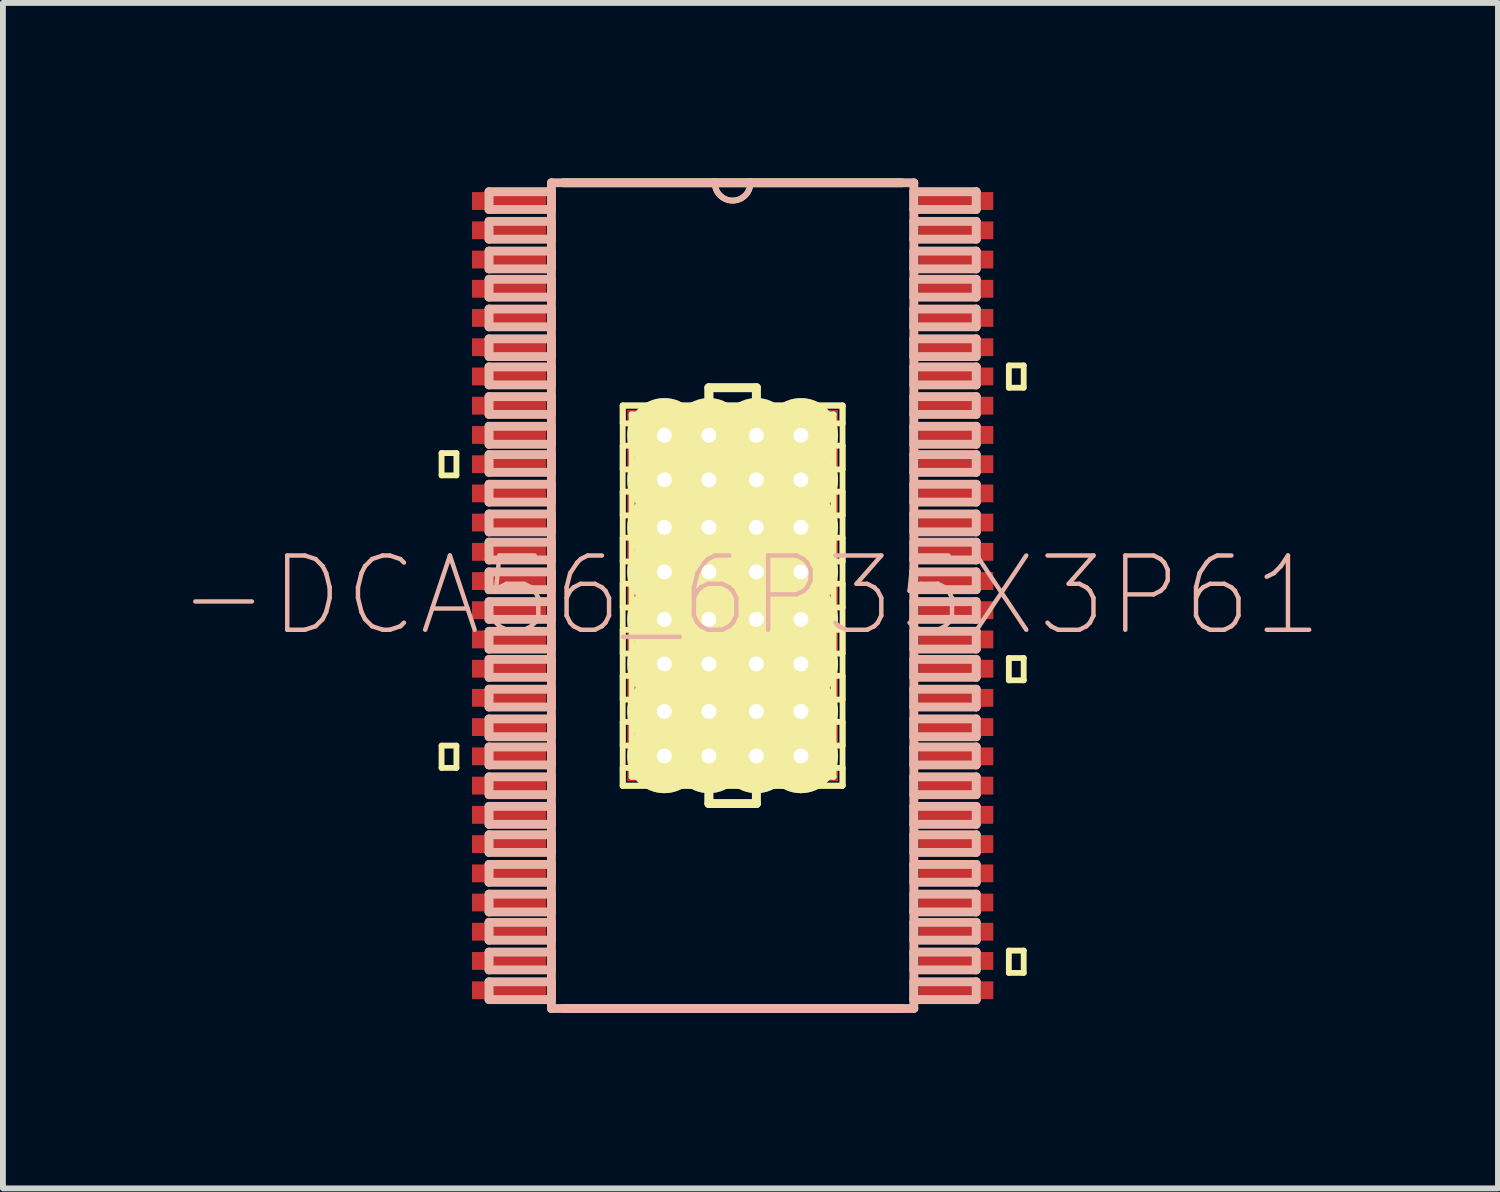
<source format=kicad_pcb>
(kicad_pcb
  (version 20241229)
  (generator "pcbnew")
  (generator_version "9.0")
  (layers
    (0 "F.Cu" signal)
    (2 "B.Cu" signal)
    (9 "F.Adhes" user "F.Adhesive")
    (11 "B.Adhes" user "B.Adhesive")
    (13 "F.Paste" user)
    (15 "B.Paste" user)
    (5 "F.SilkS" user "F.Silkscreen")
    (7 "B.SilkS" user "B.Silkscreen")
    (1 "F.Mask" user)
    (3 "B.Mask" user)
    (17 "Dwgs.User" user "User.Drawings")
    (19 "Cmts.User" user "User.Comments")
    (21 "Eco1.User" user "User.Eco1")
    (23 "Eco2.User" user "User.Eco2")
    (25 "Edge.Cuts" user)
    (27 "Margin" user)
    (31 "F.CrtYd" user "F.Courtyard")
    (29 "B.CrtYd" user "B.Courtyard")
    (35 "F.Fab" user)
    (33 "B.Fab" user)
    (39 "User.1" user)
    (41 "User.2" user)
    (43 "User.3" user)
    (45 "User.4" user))
  (footprint "-DCA56_6P35X3P61"
    (layer "F.Cu")
    (at 9.48 7.137)
    (property "Reference" "-DCA56_6P35X3P61" (at 0.305 0 0) (layer "B.SilkS") (effects (font (size 1.27 1.27) (thickness 0.076))))
    (attr smd)
    (fp_line (start -0.406 -3.556) (end 0.406 -3.556) (stroke (width 0.152) (type solid)) (layer "B.Cu"))
    (fp_line (start -0.406 -3.175) (end -0.406 -3.556) (stroke (width 0.152) (type solid)) (layer "B.Cu"))
    (fp_line (start -0.406 3.175) (end -0.406 3.556) (stroke (width 0.152) (type solid)) (layer "B.Cu"))
    (fp_line (start -0.406 3.556) (end 0.406 3.556) (stroke (width 0.152) (type solid)) (layer "B.Cu"))
    (fp_line (start 0.406 -3.556) (end 0.406 -3.175) (stroke (width 0.152) (type solid)) (layer "B.Cu"))
    (fp_line (start 0.406 -3.175) (end -0.406 -3.175) (stroke (width 0.152) (type solid)) (layer "B.Cu"))
    (fp_line (start 0.406 3.175) (end -0.406 3.175) (stroke (width 0.152) (type solid)) (layer "B.Cu"))
    (fp_line (start 0.406 3.556) (end 0.406 3.175) (stroke (width 0.152) (type solid)) (layer "B.Cu"))
    (fp_line (start -4.978 -2.438) (end -4.978 -2.057) (stroke (width 0.1) (type solid)) (layer "F.SilkS"))
    (fp_line (start -4.978 -2.057) (end -4.724 -2.057) (stroke (width 0.1) (type solid)) (layer "F.SilkS"))
    (fp_line (start -4.978 2.565) (end -4.978 2.946) (stroke (width 0.1) (type solid)) (layer "F.SilkS"))
    (fp_line (start -4.978 2.946) (end -4.724 2.946) (stroke (width 0.1) (type solid)) (layer "F.SilkS"))
    (fp_line (start -4.724 -2.438) (end -4.978 -2.438) (stroke (width 0.1) (type solid)) (layer "F.SilkS"))
    (fp_line (start -4.724 -2.057) (end -4.724 -2.438) (stroke (width 0.1) (type solid)) (layer "F.SilkS"))
    (fp_line (start -4.724 2.565) (end -4.978 2.565) (stroke (width 0.1) (type solid)) (layer "F.SilkS"))
    (fp_line (start -4.724 2.946) (end -4.724 2.565) (stroke (width 0.1) (type solid)) (layer "F.SilkS"))
    (fp_line (start -2.896 7.061) (end 2.896 7.061) (stroke (width 0.152) (type solid)) (layer "F.SilkS"))
    (fp_line (start -1.88 -3.251) (end -1.372 -3.251) (stroke (width 0.1) (type solid)) (layer "F.SilkS"))
    (fp_line (start -1.88 -3.251) (end 1.88 -3.251) (stroke (width 0.1) (type solid)) (layer "F.SilkS"))
    (fp_line (start -1.88 -2.946) (end -1.88 -3.251) (stroke (width 0.1) (type solid)) (layer "F.SilkS"))
    (fp_line (start -1.88 -2.565) (end 1.88 -2.565) (stroke (width 0.1) (type solid)) (layer "F.SilkS"))
    (fp_line (start -1.88 -2.159) (end -1.88 -2.565) (stroke (width 0.1) (type solid)) (layer "F.SilkS"))
    (fp_line (start -1.88 -1.778) (end 1.88 -1.778) (stroke (width 0.1) (type solid)) (layer "F.SilkS"))
    (fp_line (start -1.88 -1.372) (end -1.88 -1.778) (stroke (width 0.1) (type solid)) (layer "F.SilkS"))
    (fp_line (start -1.88 -0.991) (end 1.88 -0.991) (stroke (width 0.1) (type solid)) (layer "F.SilkS"))
    (fp_line (start -1.88 -0.584) (end -1.88 -0.991) (stroke (width 0.1) (type solid)) (layer "F.SilkS"))
    (fp_line (start -1.88 -0.203) (end 1.88 -0.203) (stroke (width 0.1) (type solid)) (layer "F.SilkS"))
    (fp_line (start -1.88 0.203) (end -1.88 -0.203) (stroke (width 0.1) (type solid)) (layer "F.SilkS"))
    (fp_line (start -1.88 0.584) (end 1.88 0.584) (stroke (width 0.1) (type solid)) (layer "F.SilkS"))
    (fp_line (start -1.88 0.991) (end -1.88 0.584) (stroke (width 0.1) (type solid)) (layer "F.SilkS"))
    (fp_line (start -1.88 1.372) (end 1.88 1.372) (stroke (width 0.1) (type solid)) (layer "F.SilkS"))
    (fp_line (start -1.88 1.778) (end -1.88 1.372) (stroke (width 0.1) (type solid)) (layer "F.SilkS"))
    (fp_line (start -1.88 2.159) (end 1.88 2.159) (stroke (width 0.1) (type solid)) (layer "F.SilkS"))
    (fp_line (start -1.88 2.565) (end -1.88 2.159) (stroke (width 0.1) (type solid)) (layer "F.SilkS"))
    (fp_line (start -1.88 2.946) (end 1.88 2.946) (stroke (width 0.1) (type solid)) (layer "F.SilkS"))
    (fp_line (start -1.88 3.251) (end -1.88 -3.251) (stroke (width 0.1) (type solid)) (layer "F.SilkS"))
    (fp_line (start -1.88 3.251) (end -1.88 2.946) (stroke (width 0.1) (type solid)) (layer "F.SilkS"))
    (fp_line (start -1.727 -3.099) (end -1.727 -2.845) (stroke (width 0.1) (type solid)) (layer "F.SilkS"))
    (fp_line (start -1.727 -2.845) (end -1.422 -2.845) (stroke (width 0.1) (type solid)) (layer "F.SilkS"))
    (fp_line (start -1.727 -2.667) (end -1.727 -2.057) (stroke (width 0.1) (type solid)) (layer "F.SilkS"))
    (fp_line (start -1.727 -2.057) (end -1.422 -2.057) (stroke (width 0.1) (type solid)) (layer "F.SilkS"))
    (fp_line (start -1.727 -1.88) (end -1.727 -1.27) (stroke (width 0.1) (type solid)) (layer "F.SilkS"))
    (fp_line (start -1.727 -1.27) (end -1.422 -1.27) (stroke (width 0.1) (type solid)) (layer "F.SilkS"))
    (fp_line (start -1.727 -1.09) (end -1.727 -0.483) (stroke (width 0.1) (type solid)) (layer "F.SilkS"))
    (fp_line (start -1.727 -0.483) (end -1.422 -0.483) (stroke (width 0.1) (type solid)) (layer "F.SilkS"))
    (fp_line (start -1.727 -0.305) (end -1.727 0.305) (stroke (width 0.1) (type solid)) (layer "F.SilkS"))
    (fp_line (start -1.727 0.305) (end -1.422 0.305) (stroke (width 0.1) (type solid)) (layer "F.SilkS"))
    (fp_line (start -1.727 0.483) (end -1.727 1.09) (stroke (width 0.1) (type solid)) (layer "F.SilkS"))
    (fp_line (start -1.727 1.09) (end -1.422 1.09) (stroke (width 0.1) (type solid)) (layer "F.SilkS"))
    (fp_line (start -1.727 1.27) (end -1.727 1.88) (stroke (width 0.1) (type solid)) (layer "F.SilkS"))
    (fp_line (start -1.727 1.88) (end -1.422 1.88) (stroke (width 0.1) (type solid)) (layer "F.SilkS"))
    (fp_line (start -1.727 2.057) (end -1.727 2.667) (stroke (width 0.1) (type solid)) (layer "F.SilkS"))
    (fp_line (start -1.727 2.667) (end -1.422 2.667) (stroke (width 0.1) (type solid)) (layer "F.SilkS"))
    (fp_line (start -1.727 2.845) (end -1.727 3.099) (stroke (width 0.1) (type solid)) (layer "F.SilkS"))
    (fp_line (start -1.727 3.099) (end -1.27 3.099) (stroke (width 0.1) (type solid)) (layer "F.SilkS"))
    (fp_line (start -1.422 -2.845) (end -1.27 -2.997) (stroke (width 0.1) (type solid)) (layer "F.SilkS"))
    (fp_line (start -1.422 -2.667) (end -1.727 -2.667) (stroke (width 0.1) (type solid)) (layer "F.SilkS"))
    (fp_line (start -1.422 -2.057) (end -1.27 -2.207) (stroke (width 0.1) (type solid)) (layer "F.SilkS"))
    (fp_line (start -1.422 -1.88) (end -1.727 -1.88) (stroke (width 0.1) (type solid)) (layer "F.SilkS"))
    (fp_line (start -1.422 -1.27) (end -1.27 -1.422) (stroke (width 0.1) (type solid)) (layer "F.SilkS"))
    (fp_line (start -1.422 -1.09) (end -1.727 -1.09) (stroke (width 0.1) (type solid)) (layer "F.SilkS"))
    (fp_line (start -1.422 -0.483) (end -1.27 -0.635) (stroke (width 0.1) (type solid)) (layer "F.SilkS"))
    (fp_line (start -1.422 -0.305) (end -1.727 -0.305) (stroke (width 0.1) (type solid)) (layer "F.SilkS"))
    (fp_line (start -1.422 0.305) (end -1.27 0.152) (stroke (width 0.1) (type solid)) (layer "F.SilkS"))
    (fp_line (start -1.422 0.483) (end -1.727 0.483) (stroke (width 0.1) (type solid)) (layer "F.SilkS"))
    (fp_line (start -1.422 1.09) (end -1.27 0.94) (stroke (width 0.1) (type solid)) (layer "F.SilkS"))
    (fp_line (start -1.422 1.27) (end -1.727 1.27) (stroke (width 0.1) (type solid)) (layer "F.SilkS"))
    (fp_line (start -1.422 1.88) (end -1.27 1.727) (stroke (width 0.1) (type solid)) (layer "F.SilkS"))
    (fp_line (start -1.422 2.057) (end -1.727 2.057) (stroke (width 0.1) (type solid)) (layer "F.SilkS"))
    (fp_line (start -1.422 2.667) (end -1.27 2.515) (stroke (width 0.1) (type solid)) (layer "F.SilkS"))
    (fp_line (start -1.422 2.845) (end -1.727 2.845) (stroke (width 0.1) (type solid)) (layer "F.SilkS"))
    (fp_line (start -1.372 -3.251) (end -1.372 3.251) (stroke (width 0.1) (type solid)) (layer "F.SilkS"))
    (fp_line (start -1.372 3.251) (end -1.88 3.251) (stroke (width 0.1) (type solid)) (layer "F.SilkS"))
    (fp_line (start -1.27 -3.099) (end -1.727 -3.099) (stroke (width 0.1) (type solid)) (layer "F.SilkS"))
    (fp_line (start -1.27 -2.997) (end -1.27 -3.099) (stroke (width 0.1) (type solid)) (layer "F.SilkS"))
    (fp_line (start -1.27 -2.515) (end -1.422 -2.667) (stroke (width 0.1) (type solid)) (layer "F.SilkS"))
    (fp_line (start -1.27 -2.207) (end -1.27 -2.515) (stroke (width 0.1) (type solid)) (layer "F.SilkS"))
    (fp_line (start -1.27 -1.727) (end -1.422 -1.88) (stroke (width 0.1) (type solid)) (layer "F.SilkS"))
    (fp_line (start -1.27 -1.422) (end -1.27 -1.727) (stroke (width 0.1) (type solid)) (layer "F.SilkS"))
    (fp_line (start -1.27 -0.94) (end -1.422 -1.09) (stroke (width 0.1) (type solid)) (layer "F.SilkS"))
    (fp_line (start -1.27 -0.635) (end -1.27 -0.94) (stroke (width 0.1) (type solid)) (layer "F.SilkS"))
    (fp_line (start -1.27 -0.152) (end -1.422 -0.305) (stroke (width 0.1) (type solid)) (layer "F.SilkS"))
    (fp_line (start -1.27 0.152) (end -1.27 -0.152) (stroke (width 0.1) (type solid)) (layer "F.SilkS"))
    (fp_line (start -1.27 0.635) (end -1.422 0.483) (stroke (width 0.1) (type solid)) (layer "F.SilkS"))
    (fp_line (start -1.27 0.94) (end -1.27 0.635) (stroke (width 0.1) (type solid)) (layer "F.SilkS"))
    (fp_line (start -1.27 1.422) (end -1.422 1.27) (stroke (width 0.1) (type solid)) (layer "F.SilkS"))
    (fp_line (start -1.27 1.727) (end -1.27 1.422) (stroke (width 0.1) (type solid)) (layer "F.SilkS"))
    (fp_line (start -1.27 2.207) (end -1.422 2.057) (stroke (width 0.1) (type solid)) (layer "F.SilkS"))
    (fp_line (start -1.27 2.515) (end -1.27 2.207) (stroke (width 0.1) (type solid)) (layer "F.SilkS"))
    (fp_line (start -1.27 2.997) (end -1.422 2.845) (stroke (width 0.1) (type solid)) (layer "F.SilkS"))
    (fp_line (start -1.27 3.099) (end -1.27 2.997) (stroke (width 0.1) (type solid)) (layer "F.SilkS"))
    (fp_line (start -1.09 -3.099) (end -1.09 -2.997) (stroke (width 0.1) (type solid)) (layer "F.SilkS"))
    (fp_line (start -1.09 -2.997) (end -0.94 -2.845) (stroke (width 0.1) (type solid)) (layer "F.SilkS"))
    (fp_line (start -1.09 -2.515) (end -1.09 -2.207) (stroke (width 0.1) (type solid)) (layer "F.SilkS"))
    (fp_line (start -1.09 -2.207) (end -0.94 -2.057) (stroke (width 0.1) (type solid)) (layer "F.SilkS"))
    (fp_line (start -1.09 -1.727) (end -1.09 -1.422) (stroke (width 0.1) (type solid)) (layer "F.SilkS"))
    (fp_line (start -1.09 -1.422) (end -0.94 -1.27) (stroke (width 0.1) (type solid)) (layer "F.SilkS"))
    (fp_line (start -1.09 -0.94) (end -1.09 -0.635) (stroke (width 0.1) (type solid)) (layer "F.SilkS"))
    (fp_line (start -1.09 -0.635) (end -0.94 -0.483) (stroke (width 0.1) (type solid)) (layer "F.SilkS"))
    (fp_line (start -1.09 -0.152) (end -1.09 0.152) (stroke (width 0.1) (type solid)) (layer "F.SilkS"))
    (fp_line (start -1.09 0.152) (end -0.94 0.305) (stroke (width 0.1) (type solid)) (layer "F.SilkS"))
    (fp_line (start -1.09 0.635) (end -1.09 0.94) (stroke (width 0.1) (type solid)) (layer "F.SilkS"))
    (fp_line (start -1.09 0.94) (end -0.94 1.09) (stroke (width 0.1) (type solid)) (layer "F.SilkS"))
    (fp_line (start -1.09 1.422) (end -1.09 1.727) (stroke (width 0.1) (type solid)) (layer "F.SilkS"))
    (fp_line (start -1.09 1.727) (end -0.94 1.88) (stroke (width 0.1) (type solid)) (layer "F.SilkS"))
    (fp_line (start -1.09 2.207) (end -1.09 2.515) (stroke (width 0.1) (type solid)) (layer "F.SilkS"))
    (fp_line (start -1.09 2.515) (end -0.94 2.667) (stroke (width 0.1) (type solid)) (layer "F.SilkS"))
    (fp_line (start -1.09 2.997) (end -1.09 3.099) (stroke (width 0.1) (type solid)) (layer "F.SilkS"))
    (fp_line (start -1.09 3.099) (end -0.483 3.099) (stroke (width 0.1) (type solid)) (layer "F.SilkS"))
    (fp_line (start -0.991 -3.251) (end -0.991 3.251) (stroke (width 0.1) (type solid)) (layer "F.SilkS"))
    (fp_line (start -0.991 3.251) (end -0.584 3.251) (stroke (width 0.1) (type solid)) (layer "F.SilkS"))
    (fp_line (start -0.94 -2.845) (end -0.635 -2.845) (stroke (width 0.1) (type solid)) (layer "F.SilkS"))
    (fp_line (start -0.94 -2.667) (end -1.09 -2.515) (stroke (width 0.1) (type solid)) (layer "F.SilkS"))
    (fp_line (start -0.94 -2.057) (end -0.635 -2.057) (stroke (width 0.1) (type solid)) (layer "F.SilkS"))
    (fp_line (start -0.94 -1.88) (end -1.09 -1.727) (stroke (width 0.1) (type solid)) (layer "F.SilkS"))
    (fp_line (start -0.94 -1.27) (end -0.635 -1.27) (stroke (width 0.1) (type solid)) (layer "F.SilkS"))
    (fp_line (start -0.94 -1.09) (end -1.09 -0.94) (stroke (width 0.1) (type solid)) (layer "F.SilkS"))
    (fp_line (start -0.94 -0.483) (end -0.635 -0.483) (stroke (width 0.1) (type solid)) (layer "F.SilkS"))
    (fp_line (start -0.94 -0.305) (end -1.09 -0.152) (stroke (width 0.1) (type solid)) (layer "F.SilkS"))
    (fp_line (start -0.94 0.305) (end -0.635 0.305) (stroke (width 0.1) (type solid)) (layer "F.SilkS"))
    (fp_line (start -0.94 0.483) (end -1.09 0.635) (stroke (width 0.1) (type solid)) (layer "F.SilkS"))
    (fp_line (start -0.94 1.09) (end -0.635 1.09) (stroke (width 0.1) (type solid)) (layer "F.SilkS"))
    (fp_line (start -0.94 1.27) (end -1.09 1.422) (stroke (width 0.1) (type solid)) (layer "F.SilkS"))
    (fp_line (start -0.94 1.88) (end -0.635 1.88) (stroke (width 0.1) (type solid)) (layer "F.SilkS"))
    (fp_line (start -0.94 2.057) (end -1.09 2.207) (stroke (width 0.1) (type solid)) (layer "F.SilkS"))
    (fp_line (start -0.94 2.667) (end -0.635 2.667) (stroke (width 0.1) (type solid)) (layer "F.SilkS"))
    (fp_line (start -0.94 2.845) (end -1.09 2.997) (stroke (width 0.1) (type solid)) (layer "F.SilkS"))
    (fp_line (start -0.635 -2.845) (end -0.483 -2.997) (stroke (width 0.1) (type solid)) (layer "F.SilkS"))
    (fp_line (start -0.635 -2.667) (end -0.94 -2.667) (stroke (width 0.1) (type solid)) (layer "F.SilkS"))
    (fp_line (start -0.635 -2.057) (end -0.483 -2.207) (stroke (width 0.1) (type solid)) (layer "F.SilkS"))
    (fp_line (start -0.635 -1.88) (end -0.94 -1.88) (stroke (width 0.1) (type solid)) (layer "F.SilkS"))
    (fp_line (start -0.635 -1.27) (end -0.483 -1.422) (stroke (width 0.1) (type solid)) (layer "F.SilkS"))
    (fp_line (start -0.635 -1.09) (end -0.94 -1.09) (stroke (width 0.1) (type solid)) (layer "F.SilkS"))
    (fp_line (start -0.635 -0.483) (end -0.483 -0.635) (stroke (width 0.1) (type solid)) (layer "F.SilkS"))
    (fp_line (start -0.635 -0.305) (end -0.94 -0.305) (stroke (width 0.1) (type solid)) (layer "F.SilkS"))
    (fp_line (start -0.635 0.305) (end -0.483 0.152) (stroke (width 0.1) (type solid)) (layer "F.SilkS"))
    (fp_line (start -0.635 0.483) (end -0.94 0.483) (stroke (width 0.1) (type solid)) (layer "F.SilkS"))
    (fp_line (start -0.635 1.09) (end -0.483 0.94) (stroke (width 0.1) (type solid)) (layer "F.SilkS"))
    (fp_line (start -0.635 1.27) (end -0.94 1.27) (stroke (width 0.1) (type solid)) (layer "F.SilkS"))
    (fp_line (start -0.635 1.88) (end -0.483 1.727) (stroke (width 0.1) (type solid)) (layer "F.SilkS"))
    (fp_line (start -0.635 2.057) (end -0.94 2.057) (stroke (width 0.1) (type solid)) (layer "F.SilkS"))
    (fp_line (start -0.635 2.667) (end -0.483 2.515) (stroke (width 0.1) (type solid)) (layer "F.SilkS"))
    (fp_line (start -0.635 2.845) (end -0.94 2.845) (stroke (width 0.1) (type solid)) (layer "F.SilkS"))
    (fp_line (start -0.584 -3.251) (end -0.991 -3.251) (stroke (width 0.1) (type solid)) (layer "F.SilkS"))
    (fp_line (start -0.584 3.251) (end -0.584 -3.251) (stroke (width 0.1) (type solid)) (layer "F.SilkS"))
    (fp_line (start -0.483 -3.099) (end -1.09 -3.099) (stroke (width 0.1) (type solid)) (layer "F.SilkS"))
    (fp_line (start -0.483 -2.997) (end -0.483 -3.099) (stroke (width 0.1) (type solid)) (layer "F.SilkS"))
    (fp_line (start -0.483 -2.515) (end -0.635 -2.667) (stroke (width 0.1) (type solid)) (layer "F.SilkS"))
    (fp_line (start -0.483 -2.207) (end -0.483 -2.515) (stroke (width 0.1) (type solid)) (layer "F.SilkS"))
    (fp_line (start -0.483 -1.727) (end -0.635 -1.88) (stroke (width 0.1) (type solid)) (layer "F.SilkS"))
    (fp_line (start -0.483 -1.422) (end -0.483 -1.727) (stroke (width 0.1) (type solid)) (layer "F.SilkS"))
    (fp_line (start -0.483 -0.94) (end -0.635 -1.09) (stroke (width 0.1) (type solid)) (layer "F.SilkS"))
    (fp_line (start -0.483 -0.635) (end -0.483 -0.94) (stroke (width 0.1) (type solid)) (layer "F.SilkS"))
    (fp_line (start -0.483 -0.152) (end -0.635 -0.305) (stroke (width 0.1) (type solid)) (layer "F.SilkS"))
    (fp_line (start -0.483 0.152) (end -0.483 -0.152) (stroke (width 0.1) (type solid)) (layer "F.SilkS"))
    (fp_line (start -0.483 0.635) (end -0.635 0.483) (stroke (width 0.1) (type solid)) (layer "F.SilkS"))
    (fp_line (start -0.483 0.94) (end -0.483 0.635) (stroke (width 0.1) (type solid)) (layer "F.SilkS"))
    (fp_line (start -0.483 1.422) (end -0.635 1.27) (stroke (width 0.1) (type solid)) (layer "F.SilkS"))
    (fp_line (start -0.483 1.727) (end -0.483 1.422) (stroke (width 0.1) (type solid)) (layer "F.SilkS"))
    (fp_line (start -0.483 2.207) (end -0.635 2.057) (stroke (width 0.1) (type solid)) (layer "F.SilkS"))
    (fp_line (start -0.483 2.515) (end -0.483 2.207) (stroke (width 0.1) (type solid)) (layer "F.SilkS"))
    (fp_line (start -0.483 2.997) (end -0.635 2.845) (stroke (width 0.1) (type solid)) (layer "F.SilkS"))
    (fp_line (start -0.483 3.099) (end -0.483 2.997) (stroke (width 0.1) (type solid)) (layer "F.SilkS"))
    (fp_line (start -0.406 -3.556) (end 0.406 -3.556) (stroke (width 0.152) (type solid)) (layer "F.SilkS"))
    (fp_line (start -0.406 -3.175) (end -0.406 -3.556) (stroke (width 0.152) (type solid)) (layer "F.SilkS"))
    (fp_line (start -0.406 3.175) (end -0.406 3.556) (stroke (width 0.152) (type solid)) (layer "F.SilkS"))
    (fp_line (start -0.406 3.556) (end 0.406 3.556) (stroke (width 0.152) (type solid)) (layer "F.SilkS"))
    (fp_line (start -0.305 -7.061) (end -2.896 -7.061) (stroke (width 0.152) (type solid)) (layer "F.SilkS"))
    (fp_line (start -0.305 -3.099) (end -0.305 -2.997) (stroke (width 0.1) (type solid)) (layer "F.SilkS"))
    (fp_line (start -0.305 -2.997) (end -0.152 -2.845) (stroke (width 0.1) (type solid)) (layer "F.SilkS"))
    (fp_line (start -0.305 -2.515) (end -0.305 -2.207) (stroke (width 0.1) (type solid)) (layer "F.SilkS"))
    (fp_line (start -0.305 -2.207) (end -0.152 -2.057) (stroke (width 0.1) (type solid)) (layer "F.SilkS"))
    (fp_line (start -0.305 -1.727) (end -0.305 -1.422) (stroke (width 0.1) (type solid)) (layer "F.SilkS"))
    (fp_line (start -0.305 -1.422) (end -0.152 -1.27) (stroke (width 0.1) (type solid)) (layer "F.SilkS"))
    (fp_line (start -0.305 -0.94) (end -0.305 -0.635) (stroke (width 0.1) (type solid)) (layer "F.SilkS"))
    (fp_line (start -0.305 -0.635) (end -0.152 -0.483) (stroke (width 0.1) (type solid)) (layer "F.SilkS"))
    (fp_line (start -0.305 -0.152) (end -0.305 0.152) (stroke (width 0.1) (type solid)) (layer "F.SilkS"))
    (fp_line (start -0.305 0.152) (end -0.152 0.305) (stroke (width 0.1) (type solid)) (layer "F.SilkS"))
    (fp_line (start -0.305 0.635) (end -0.305 0.94) (stroke (width 0.1) (type solid)) (layer "F.SilkS"))
    (fp_line (start -0.305 0.94) (end -0.152 1.09) (stroke (width 0.1) (type solid)) (layer "F.SilkS"))
    (fp_line (start -0.305 1.422) (end -0.305 1.727) (stroke (width 0.1) (type solid)) (layer "F.SilkS"))
    (fp_line (start -0.305 1.727) (end -0.152 1.88) (stroke (width 0.1) (type solid)) (layer "F.SilkS"))
    (fp_line (start -0.305 2.207) (end -0.305 2.515) (stroke (width 0.1) (type solid)) (layer "F.SilkS"))
    (fp_line (start -0.305 2.515) (end -0.152 2.667) (stroke (width 0.1) (type solid)) (layer "F.SilkS"))
    (fp_line (start -0.305 2.997) (end -0.305 3.099) (stroke (width 0.1) (type solid)) (layer "F.SilkS"))
    (fp_line (start -0.305 3.099) (end 0.305 3.099) (stroke (width 0.1) (type solid)) (layer "F.SilkS"))
    (fp_line (start -0.203 -3.251) (end -0.203 3.251) (stroke (width 0.1) (type solid)) (layer "F.SilkS"))
    (fp_line (start -0.203 3.251) (end 0.203 3.251) (stroke (width 0.1) (type solid)) (layer "F.SilkS"))
    (fp_line (start -0.152 -2.845) (end 0.152 -2.845) (stroke (width 0.1) (type solid)) (layer "F.SilkS"))
    (fp_line (start -0.152 -2.667) (end -0.305 -2.515) (stroke (width 0.1) (type solid)) (layer "F.SilkS"))
    (fp_line (start -0.152 -2.057) (end 0.152 -2.057) (stroke (width 0.1) (type solid)) (layer "F.SilkS"))
    (fp_line (start -0.152 -1.88) (end -0.305 -1.727) (stroke (width 0.1) (type solid)) (layer "F.SilkS"))
    (fp_line (start -0.152 -1.27) (end 0.152 -1.27) (stroke (width 0.1) (type solid)) (layer "F.SilkS"))
    (fp_line (start -0.152 -1.09) (end -0.305 -0.94) (stroke (width 0.1) (type solid)) (layer "F.SilkS"))
    (fp_line (start -0.152 -0.483) (end 0.152 -0.483) (stroke (width 0.1) (type solid)) (layer "F.SilkS"))
    (fp_line (start -0.152 -0.305) (end -0.305 -0.152) (stroke (width 0.1) (type solid)) (layer "F.SilkS"))
    (fp_line (start -0.152 0.305) (end 0.152 0.305) (stroke (width 0.1) (type solid)) (layer "F.SilkS"))
    (fp_line (start -0.152 0.483) (end -0.305 0.635) (stroke (width 0.1) (type solid)) (layer "F.SilkS"))
    (fp_line (start -0.152 1.09) (end 0.152 1.09) (stroke (width 0.1) (type solid)) (layer "F.SilkS"))
    (fp_line (start -0.152 1.27) (end -0.305 1.422) (stroke (width 0.1) (type solid)) (layer "F.SilkS"))
    (fp_line (start -0.152 1.88) (end 0.152 1.88) (stroke (width 0.1) (type solid)) (layer "F.SilkS"))
    (fp_line (start -0.152 2.057) (end -0.305 2.207) (stroke (width 0.1) (type solid)) (layer "F.SilkS"))
    (fp_line (start -0.152 2.667) (end 0.152 2.667) (stroke (width 0.1) (type solid)) (layer "F.SilkS"))
    (fp_line (start -0.152 2.845) (end -0.305 2.997) (stroke (width 0.1) (type solid)) (layer "F.SilkS"))
    (fp_line (start 0.152 -2.845) (end 0.305 -2.997) (stroke (width 0.1) (type solid)) (layer "F.SilkS"))
    (fp_line (start 0.152 -2.667) (end -0.152 -2.667) (stroke (width 0.1) (type solid)) (layer "F.SilkS"))
    (fp_line (start 0.152 -2.057) (end 0.305 -2.207) (stroke (width 0.1) (type solid)) (layer "F.SilkS"))
    (fp_line (start 0.152 -1.88) (end -0.152 -1.88) (stroke (width 0.1) (type solid)) (layer "F.SilkS"))
    (fp_line (start 0.152 -1.27) (end 0.305 -1.422) (stroke (width 0.1) (type solid)) (layer "F.SilkS"))
    (fp_line (start 0.152 -1.09) (end -0.152 -1.09) (stroke (width 0.1) (type solid)) (layer "F.SilkS"))
    (fp_line (start 0.152 -0.483) (end 0.305 -0.635) (stroke (width 0.1) (type solid)) (layer "F.SilkS"))
    (fp_line (start 0.152 -0.305) (end -0.152 -0.305) (stroke (width 0.1) (type solid)) (layer "F.SilkS"))
    (fp_line (start 0.152 0.305) (end 0.305 0.152) (stroke (width 0.1) (type solid)) (layer "F.SilkS"))
    (fp_line (start 0.152 0.483) (end -0.152 0.483) (stroke (width 0.1) (type solid)) (layer "F.SilkS"))
    (fp_line (start 0.152 1.09) (end 0.305 0.94) (stroke (width 0.1) (type solid)) (layer "F.SilkS"))
    (fp_line (start 0.152 1.27) (end -0.152 1.27) (stroke (width 0.1) (type solid)) (layer "F.SilkS"))
    (fp_line (start 0.152 1.88) (end 0.305 1.727) (stroke (width 0.1) (type solid)) (layer "F.SilkS"))
    (fp_line (start 0.152 2.057) (end -0.152 2.057) (stroke (width 0.1) (type solid)) (layer "F.SilkS"))
    (fp_line (start 0.152 2.667) (end 0.305 2.515) (stroke (width 0.1) (type solid)) (layer "F.SilkS"))
    (fp_line (start 0.152 2.845) (end -0.152 2.845) (stroke (width 0.1) (type solid)) (layer "F.SilkS"))
    (fp_line (start 0.203 -3.251) (end -0.203 -3.251) (stroke (width 0.1) (type solid)) (layer "F.SilkS"))
    (fp_line (start 0.203 3.251) (end 0.203 -3.251) (stroke (width 0.1) (type solid)) (layer "F.SilkS"))
    (fp_line (start 0.305 -7.061) (end -0.305 -7.061) (stroke (width 0.152) (type solid)) (layer "F.SilkS"))
    (fp_line (start 0.305 -3.099) (end -0.305 -3.099) (stroke (width 0.1) (type solid)) (layer "F.SilkS"))
    (fp_line (start 0.305 -2.997) (end 0.305 -3.099) (stroke (width 0.1) (type solid)) (layer "F.SilkS"))
    (fp_line (start 0.305 -2.515) (end 0.152 -2.667) (stroke (width 0.1) (type solid)) (layer "F.SilkS"))
    (fp_line (start 0.305 -2.207) (end 0.305 -2.515) (stroke (width 0.1) (type solid)) (layer "F.SilkS"))
    (fp_line (start 0.305 -1.727) (end 0.152 -1.88) (stroke (width 0.1) (type solid)) (layer "F.SilkS"))
    (fp_line (start 0.305 -1.422) (end 0.305 -1.727) (stroke (width 0.1) (type solid)) (layer "F.SilkS"))
    (fp_line (start 0.305 -0.94) (end 0.152 -1.09) (stroke (width 0.1) (type solid)) (layer "F.SilkS"))
    (fp_line (start 0.305 -0.635) (end 0.305 -0.94) (stroke (width 0.1) (type solid)) (layer "F.SilkS"))
    (fp_line (start 0.305 -0.152) (end 0.152 -0.305) (stroke (width 0.1) (type solid)) (layer "F.SilkS"))
    (fp_line (start 0.305 0.152) (end 0.305 -0.152) (stroke (width 0.1) (type solid)) (layer "F.SilkS"))
    (fp_line (start 0.305 0.635) (end 0.152 0.483) (stroke (width 0.1) (type solid)) (layer "F.SilkS"))
    (fp_line (start 0.305 0.94) (end 0.305 0.635) (stroke (width 0.1) (type solid)) (layer "F.SilkS"))
    (fp_line (start 0.305 1.422) (end 0.152 1.27) (stroke (width 0.1) (type solid)) (layer "F.SilkS"))
    (fp_line (start 0.305 1.727) (end 0.305 1.422) (stroke (width 0.1) (type solid)) (layer "F.SilkS"))
    (fp_line (start 0.305 2.207) (end 0.152 2.057) (stroke (width 0.1) (type solid)) (layer "F.SilkS"))
    (fp_line (start 0.305 2.515) (end 0.305 2.207) (stroke (width 0.1) (type solid)) (layer "F.SilkS"))
    (fp_line (start 0.305 2.997) (end 0.152 2.845) (stroke (width 0.1) (type solid)) (layer "F.SilkS"))
    (fp_line (start 0.305 3.099) (end 0.305 2.997) (stroke (width 0.1) (type solid)) (layer "F.SilkS"))
    (fp_line (start 0.406 -3.556) (end 0.406 -3.175) (stroke (width 0.152) (type solid)) (layer "F.SilkS"))
    (fp_line (start 0.406 -3.175) (end -0.406 -3.175) (stroke (width 0.152) (type solid)) (layer "F.SilkS"))
    (fp_line (start 0.406 3.175) (end -0.406 3.175) (stroke (width 0.152) (type solid)) (layer "F.SilkS"))
    (fp_line (start 0.406 3.556) (end 0.406 3.175) (stroke (width 0.152) (type solid)) (layer "F.SilkS"))
    (fp_line (start 0.483 -3.099) (end 0.483 -2.997) (stroke (width 0.1) (type solid)) (layer "F.SilkS"))
    (fp_line (start 0.483 -2.997) (end 0.635 -2.845) (stroke (width 0.1) (type solid)) (layer "F.SilkS"))
    (fp_line (start 0.483 -2.515) (end 0.483 -2.207) (stroke (width 0.1) (type solid)) (layer "F.SilkS"))
    (fp_line (start 0.483 -2.207) (end 0.635 -2.057) (stroke (width 0.1) (type solid)) (layer "F.SilkS"))
    (fp_line (start 0.483 -1.727) (end 0.483 -1.422) (stroke (width 0.1) (type solid)) (layer "F.SilkS"))
    (fp_line (start 0.483 -1.422) (end 0.635 -1.27) (stroke (width 0.1) (type solid)) (layer "F.SilkS"))
    (fp_line (start 0.483 -0.94) (end 0.483 -0.635) (stroke (width 0.1) (type solid)) (layer "F.SilkS"))
    (fp_line (start 0.483 -0.635) (end 0.635 -0.483) (stroke (width 0.1) (type solid)) (layer "F.SilkS"))
    (fp_line (start 0.483 -0.152) (end 0.483 0.152) (stroke (width 0.1) (type solid)) (layer "F.SilkS"))
    (fp_line (start 0.483 0.152) (end 0.635 0.305) (stroke (width 0.1) (type solid)) (layer "F.SilkS"))
    (fp_line (start 0.483 0.635) (end 0.483 0.94) (stroke (width 0.1) (type solid)) (layer "F.SilkS"))
    (fp_line (start 0.483 0.94) (end 0.635 1.09) (stroke (width 0.1) (type solid)) (layer "F.SilkS"))
    (fp_line (start 0.483 1.422) (end 0.483 1.727) (stroke (width 0.1) (type solid)) (layer "F.SilkS"))
    (fp_line (start 0.483 1.727) (end 0.635 1.88) (stroke (width 0.1) (type solid)) (layer "F.SilkS"))
    (fp_line (start 0.483 2.207) (end 0.483 2.515) (stroke (width 0.1) (type solid)) (layer "F.SilkS"))
    (fp_line (start 0.483 2.515) (end 0.635 2.667) (stroke (width 0.1) (type solid)) (layer "F.SilkS"))
    (fp_line (start 0.483 2.997) (end 0.483 3.099) (stroke (width 0.1) (type solid)) (layer "F.SilkS"))
    (fp_line (start 0.483 3.099) (end 1.09 3.099) (stroke (width 0.1) (type solid)) (layer "F.SilkS"))
    (fp_line (start 0.584 -3.251) (end 0.584 3.251) (stroke (width 0.1) (type solid)) (layer "F.SilkS"))
    (fp_line (start 0.584 3.251) (end 0.991 3.251) (stroke (width 0.1) (type solid)) (layer "F.SilkS"))
    (fp_line (start 0.635 -2.845) (end 0.94 -2.845) (stroke (width 0.1) (type solid)) (layer "F.SilkS"))
    (fp_line (start 0.635 -2.667) (end 0.483 -2.515) (stroke (width 0.1) (type solid)) (layer "F.SilkS"))
    (fp_line (start 0.635 -2.057) (end 0.94 -2.057) (stroke (width 0.1) (type solid)) (layer "F.SilkS"))
    (fp_line (start 0.635 -1.88) (end 0.483 -1.727) (stroke (width 0.1) (type solid)) (layer "F.SilkS"))
    (fp_line (start 0.635 -1.27) (end 0.94 -1.27) (stroke (width 0.1) (type solid)) (layer "F.SilkS"))
    (fp_line (start 0.635 -1.09) (end 0.483 -0.94) (stroke (width 0.1) (type solid)) (layer "F.SilkS"))
    (fp_line (start 0.635 -0.483) (end 0.94 -0.483) (stroke (width 0.1) (type solid)) (layer "F.SilkS"))
    (fp_line (start 0.635 -0.305) (end 0.483 -0.152) (stroke (width 0.1) (type solid)) (layer "F.SilkS"))
    (fp_line (start 0.635 0.305) (end 0.94 0.305) (stroke (width 0.1) (type solid)) (layer "F.SilkS"))
    (fp_line (start 0.635 0.483) (end 0.483 0.635) (stroke (width 0.1) (type solid)) (layer "F.SilkS"))
    (fp_line (start 0.635 1.09) (end 0.94 1.09) (stroke (width 0.1) (type solid)) (layer "F.SilkS"))
    (fp_line (start 0.635 1.27) (end 0.483 1.422) (stroke (width 0.1) (type solid)) (layer "F.SilkS"))
    (fp_line (start 0.635 1.88) (end 0.94 1.88) (stroke (width 0.1) (type solid)) (layer "F.SilkS"))
    (fp_line (start 0.635 2.057) (end 0.483 2.207) (stroke (width 0.1) (type solid)) (layer "F.SilkS"))
    (fp_line (start 0.635 2.667) (end 0.94 2.667) (stroke (width 0.1) (type solid)) (layer "F.SilkS"))
    (fp_line (start 0.635 2.845) (end 0.483 2.997) (stroke (width 0.1) (type solid)) (layer "F.SilkS"))
    (fp_line (start 0.94 -2.845) (end 1.09 -2.997) (stroke (width 0.1) (type solid)) (layer "F.SilkS"))
    (fp_line (start 0.94 -2.667) (end 0.635 -2.667) (stroke (width 0.1) (type solid)) (layer "F.SilkS"))
    (fp_line (start 0.94 -2.057) (end 1.09 -2.207) (stroke (width 0.1) (type solid)) (layer "F.SilkS"))
    (fp_line (start 0.94 -1.88) (end 0.635 -1.88) (stroke (width 0.1) (type solid)) (layer "F.SilkS"))
    (fp_line (start 0.94 -1.27) (end 1.09 -1.422) (stroke (width 0.1) (type solid)) (layer "F.SilkS"))
    (fp_line (start 0.94 -1.09) (end 0.635 -1.09) (stroke (width 0.1) (type solid)) (layer "F.SilkS"))
    (fp_line (start 0.94 -0.483) (end 1.09 -0.635) (stroke (width 0.1) (type solid)) (layer "F.SilkS"))
    (fp_line (start 0.94 -0.305) (end 0.635 -0.305) (stroke (width 0.1) (type solid)) (layer "F.SilkS"))
    (fp_line (start 0.94 0.305) (end 1.09 0.152) (stroke (width 0.1) (type solid)) (layer "F.SilkS"))
    (fp_line (start 0.94 0.483) (end 0.635 0.483) (stroke (width 0.1) (type solid)) (layer "F.SilkS"))
    (fp_line (start 0.94 1.09) (end 1.09 0.94) (stroke (width 0.1) (type solid)) (layer "F.SilkS"))
    (fp_line (start 0.94 1.27) (end 0.635 1.27) (stroke (width 0.1) (type solid)) (layer "F.SilkS"))
    (fp_line (start 0.94 1.88) (end 1.09 1.727) (stroke (width 0.1) (type solid)) (layer "F.SilkS"))
    (fp_line (start 0.94 2.057) (end 0.635 2.057) (stroke (width 0.1) (type solid)) (layer "F.SilkS"))
    (fp_line (start 0.94 2.667) (end 1.09 2.515) (stroke (width 0.1) (type solid)) (layer "F.SilkS"))
    (fp_line (start 0.94 2.845) (end 0.635 2.845) (stroke (width 0.1) (type solid)) (layer "F.SilkS"))
    (fp_line (start 0.991 -3.251) (end 0.584 -3.251) (stroke (width 0.1) (type solid)) (layer "F.SilkS"))
    (fp_line (start 0.991 3.251) (end 0.991 -3.251) (stroke (width 0.1) (type solid)) (layer "F.SilkS"))
    (fp_line (start 1.09 -3.099) (end 0.483 -3.099) (stroke (width 0.1) (type solid)) (layer "F.SilkS"))
    (fp_line (start 1.09 -2.997) (end 1.09 -3.099) (stroke (width 0.1) (type solid)) (layer "F.SilkS"))
    (fp_line (start 1.09 -2.515) (end 0.94 -2.667) (stroke (width 0.1) (type solid)) (layer "F.SilkS"))
    (fp_line (start 1.09 -2.207) (end 1.09 -2.515) (stroke (width 0.1) (type solid)) (layer "F.SilkS"))
    (fp_line (start 1.09 -1.727) (end 0.94 -1.88) (stroke (width 0.1) (type solid)) (layer "F.SilkS"))
    (fp_line (start 1.09 -1.422) (end 1.09 -1.727) (stroke (width 0.1) (type solid)) (layer "F.SilkS"))
    (fp_line (start 1.09 -0.94) (end 0.94 -1.09) (stroke (width 0.1) (type solid)) (layer "F.SilkS"))
    (fp_line (start 1.09 -0.635) (end 1.09 -0.94) (stroke (width 0.1) (type solid)) (layer "F.SilkS"))
    (fp_line (start 1.09 -0.152) (end 0.94 -0.305) (stroke (width 0.1) (type solid)) (layer "F.SilkS"))
    (fp_line (start 1.09 0.152) (end 1.09 -0.152) (stroke (width 0.1) (type solid)) (layer "F.SilkS"))
    (fp_line (start 1.09 0.635) (end 0.94 0.483) (stroke (width 0.1) (type solid)) (layer "F.SilkS"))
    (fp_line (start 1.09 0.94) (end 1.09 0.635) (stroke (width 0.1) (type solid)) (layer "F.SilkS"))
    (fp_line (start 1.09 1.422) (end 0.94 1.27) (stroke (width 0.1) (type solid)) (layer "F.SilkS"))
    (fp_line (start 1.09 1.727) (end 1.09 1.422) (stroke (width 0.1) (type solid)) (layer "F.SilkS"))
    (fp_line (start 1.09 2.207) (end 0.94 2.057) (stroke (width 0.1) (type solid)) (layer "F.SilkS"))
    (fp_line (start 1.09 2.515) (end 1.09 2.207) (stroke (width 0.1) (type solid)) (layer "F.SilkS"))
    (fp_line (start 1.09 2.997) (end 0.94 2.845) (stroke (width 0.1) (type solid)) (layer "F.SilkS"))
    (fp_line (start 1.09 3.099) (end 1.09 2.997) (stroke (width 0.1) (type solid)) (layer "F.SilkS"))
    (fp_line (start 1.27 -3.099) (end 1.27 -2.997) (stroke (width 0.1) (type solid)) (layer "F.SilkS"))
    (fp_line (start 1.27 -2.997) (end 1.422 -2.845) (stroke (width 0.1) (type solid)) (layer "F.SilkS"))
    (fp_line (start 1.27 -2.515) (end 1.27 -2.207) (stroke (width 0.1) (type solid)) (layer "F.SilkS"))
    (fp_line (start 1.27 -2.207) (end 1.422 -2.057) (stroke (width 0.1) (type solid)) (layer "F.SilkS"))
    (fp_line (start 1.27 -1.727) (end 1.27 -1.422) (stroke (width 0.1) (type solid)) (layer "F.SilkS"))
    (fp_line (start 1.27 -1.422) (end 1.422 -1.27) (stroke (width 0.1) (type solid)) (layer "F.SilkS"))
    (fp_line (start 1.27 -0.94) (end 1.27 -0.635) (stroke (width 0.1) (type solid)) (layer "F.SilkS"))
    (fp_line (start 1.27 -0.635) (end 1.422 -0.483) (stroke (width 0.1) (type solid)) (layer "F.SilkS"))
    (fp_line (start 1.27 -0.152) (end 1.27 0.152) (stroke (width 0.1) (type solid)) (layer "F.SilkS"))
    (fp_line (start 1.27 0.152) (end 1.422 0.305) (stroke (width 0.1) (type solid)) (layer "F.SilkS"))
    (fp_line (start 1.27 0.635) (end 1.27 0.94) (stroke (width 0.1) (type solid)) (layer "F.SilkS"))
    (fp_line (start 1.27 0.94) (end 1.422 1.09) (stroke (width 0.1) (type solid)) (layer "F.SilkS"))
    (fp_line (start 1.27 1.422) (end 1.27 1.727) (stroke (width 0.1) (type solid)) (layer "F.SilkS"))
    (fp_line (start 1.27 1.727) (end 1.422 1.88) (stroke (width 0.1) (type solid)) (layer "F.SilkS"))
    (fp_line (start 1.27 2.207) (end 1.27 2.515) (stroke (width 0.1) (type solid)) (layer "F.SilkS"))
    (fp_line (start 1.27 2.515) (end 1.422 2.667) (stroke (width 0.1) (type solid)) (layer "F.SilkS"))
    (fp_line (start 1.27 2.997) (end 1.27 3.099) (stroke (width 0.1) (type solid)) (layer "F.SilkS"))
    (fp_line (start 1.27 3.099) (end 1.727 3.099) (stroke (width 0.1) (type solid)) (layer "F.SilkS"))
    (fp_line (start 1.372 -3.251) (end 1.88 -3.251) (stroke (width 0.1) (type solid)) (layer "F.SilkS"))
    (fp_line (start 1.372 3.251) (end 1.372 -3.251) (stroke (width 0.1) (type solid)) (layer "F.SilkS"))
    (fp_line (start 1.422 -2.845) (end 1.727 -2.845) (stroke (width 0.1) (type solid)) (layer "F.SilkS"))
    (fp_line (start 1.422 -2.667) (end 1.27 -2.515) (stroke (width 0.1) (type solid)) (layer "F.SilkS"))
    (fp_line (start 1.422 -2.057) (end 1.727 -2.057) (stroke (width 0.1) (type solid)) (layer "F.SilkS"))
    (fp_line (start 1.422 -1.88) (end 1.27 -1.727) (stroke (width 0.1) (type solid)) (layer "F.SilkS"))
    (fp_line (start 1.422 -1.27) (end 1.727 -1.27) (stroke (width 0.1) (type solid)) (layer "F.SilkS"))
    (fp_line (start 1.422 -1.09) (end 1.27 -0.94) (stroke (width 0.1) (type solid)) (layer "F.SilkS"))
    (fp_line (start 1.422 -0.483) (end 1.727 -0.483) (stroke (width 0.1) (type solid)) (layer "F.SilkS"))
    (fp_line (start 1.422 -0.305) (end 1.27 -0.152) (stroke (width 0.1) (type solid)) (layer "F.SilkS"))
    (fp_line (start 1.422 0.305) (end 1.727 0.305) (stroke (width 0.1) (type solid)) (layer "F.SilkS"))
    (fp_line (start 1.422 0.483) (end 1.27 0.635) (stroke (width 0.1) (type solid)) (layer "F.SilkS"))
    (fp_line (start 1.422 1.09) (end 1.727 1.09) (stroke (width 0.1) (type solid)) (layer "F.SilkS"))
    (fp_line (start 1.422 1.27) (end 1.27 1.422) (stroke (width 0.1) (type solid)) (layer "F.SilkS"))
    (fp_line (start 1.422 1.88) (end 1.727 1.88) (stroke (width 0.1) (type solid)) (layer "F.SilkS"))
    (fp_line (start 1.422 2.057) (end 1.27 2.207) (stroke (width 0.1) (type solid)) (layer "F.SilkS"))
    (fp_line (start 1.422 2.667) (end 1.727 2.667) (stroke (width 0.1) (type solid)) (layer "F.SilkS"))
    (fp_line (start 1.422 2.845) (end 1.27 2.997) (stroke (width 0.1) (type solid)) (layer "F.SilkS"))
    (fp_line (start 1.727 -3.099) (end 1.27 -3.099) (stroke (width 0.1) (type solid)) (layer "F.SilkS"))
    (fp_line (start 1.727 -2.845) (end 1.727 -3.099) (stroke (width 0.1) (type solid)) (layer "F.SilkS"))
    (fp_line (start 1.727 -2.667) (end 1.422 -2.667) (stroke (width 0.1) (type solid)) (layer "F.SilkS"))
    (fp_line (start 1.727 -2.057) (end 1.727 -2.667) (stroke (width 0.1) (type solid)) (layer "F.SilkS"))
    (fp_line (start 1.727 -1.88) (end 1.422 -1.88) (stroke (width 0.1) (type solid)) (layer "F.SilkS"))
    (fp_line (start 1.727 -1.27) (end 1.727 -1.88) (stroke (width 0.1) (type solid)) (layer "F.SilkS"))
    (fp_line (start 1.727 -1.09) (end 1.422 -1.09) (stroke (width 0.1) (type solid)) (layer "F.SilkS"))
    (fp_line (start 1.727 -0.483) (end 1.727 -1.09) (stroke (width 0.1) (type solid)) (layer "F.SilkS"))
    (fp_line (start 1.727 -0.305) (end 1.422 -0.305) (stroke (width 0.1) (type solid)) (layer "F.SilkS"))
    (fp_line (start 1.727 0.305) (end 1.727 -0.305) (stroke (width 0.1) (type solid)) (layer "F.SilkS"))
    (fp_line (start 1.727 0.483) (end 1.422 0.483) (stroke (width 0.1) (type solid)) (layer "F.SilkS"))
    (fp_line (start 1.727 1.09) (end 1.727 0.483) (stroke (width 0.1) (type solid)) (layer "F.SilkS"))
    (fp_line (start 1.727 1.27) (end 1.422 1.27) (stroke (width 0.1) (type solid)) (layer "F.SilkS"))
    (fp_line (start 1.727 1.88) (end 1.727 1.27) (stroke (width 0.1) (type solid)) (layer "F.SilkS"))
    (fp_line (start 1.727 2.057) (end 1.422 2.057) (stroke (width 0.1) (type solid)) (layer "F.SilkS"))
    (fp_line (start 1.727 2.667) (end 1.727 2.057) (stroke (width 0.1) (type solid)) (layer "F.SilkS"))
    (fp_line (start 1.727 2.845) (end 1.422 2.845) (stroke (width 0.1) (type solid)) (layer "F.SilkS"))
    (fp_line (start 1.727 3.099) (end 1.727 2.845) (stroke (width 0.1) (type solid)) (layer "F.SilkS"))
    (fp_line (start 1.88 -3.251) (end 1.88 -2.946) (stroke (width 0.1) (type solid)) (layer "F.SilkS"))
    (fp_line (start 1.88 -3.251) (end 1.88 3.251) (stroke (width 0.1) (type solid)) (layer "F.SilkS"))
    (fp_line (start 1.88 -2.946) (end -1.88 -2.946) (stroke (width 0.1) (type solid)) (layer "F.SilkS"))
    (fp_line (start 1.88 -2.565) (end 1.88 -2.159) (stroke (width 0.1) (type solid)) (layer "F.SilkS"))
    (fp_line (start 1.88 -2.159) (end -1.88 -2.159) (stroke (width 0.1) (type solid)) (layer "F.SilkS"))
    (fp_line (start 1.88 -1.778) (end 1.88 -1.372) (stroke (width 0.1) (type solid)) (layer "F.SilkS"))
    (fp_line (start 1.88 -1.372) (end -1.88 -1.372) (stroke (width 0.1) (type solid)) (layer "F.SilkS"))
    (fp_line (start 1.88 -0.991) (end 1.88 -0.584) (stroke (width 0.1) (type solid)) (layer "F.SilkS"))
    (fp_line (start 1.88 -0.584) (end -1.88 -0.584) (stroke (width 0.1) (type solid)) (layer "F.SilkS"))
    (fp_line (start 1.88 -0.203) (end 1.88 0.203) (stroke (width 0.1) (type solid)) (layer "F.SilkS"))
    (fp_line (start 1.88 0.203) (end -1.88 0.203) (stroke (width 0.1) (type solid)) (layer "F.SilkS"))
    (fp_line (start 1.88 0.584) (end 1.88 0.991) (stroke (width 0.1) (type solid)) (layer "F.SilkS"))
    (fp_line (start 1.88 0.991) (end -1.88 0.991) (stroke (width 0.1) (type solid)) (layer "F.SilkS"))
    (fp_line (start 1.88 1.372) (end 1.88 1.778) (stroke (width 0.1) (type solid)) (layer "F.SilkS"))
    (fp_line (start 1.88 1.778) (end -1.88 1.778) (stroke (width 0.1) (type solid)) (layer "F.SilkS"))
    (fp_line (start 1.88 2.159) (end 1.88 2.565) (stroke (width 0.1) (type solid)) (layer "F.SilkS"))
    (fp_line (start 1.88 2.565) (end -1.88 2.565) (stroke (width 0.1) (type solid)) (layer "F.SilkS"))
    (fp_line (start 1.88 2.946) (end 1.88 3.251) (stroke (width 0.1) (type solid)) (layer "F.SilkS"))
    (fp_line (start 1.88 3.251) (end -1.88 3.251) (stroke (width 0.1) (type solid)) (layer "F.SilkS"))
    (fp_line (start 1.88 3.251) (end 1.372 3.251) (stroke (width 0.1) (type solid)) (layer "F.SilkS"))
    (fp_line (start 2.896 -7.061) (end 0.305 -7.061) (stroke (width 0.152) (type solid)) (layer "F.SilkS"))
    (fp_line (start 4.724 -3.937) (end 4.978 -3.937) (stroke (width 0.1) (type solid)) (layer "F.SilkS"))
    (fp_line (start 4.724 -3.556) (end 4.724 -3.937) (stroke (width 0.1) (type solid)) (layer "F.SilkS"))
    (fp_line (start 4.724 1.067) (end 4.978 1.067) (stroke (width 0.1) (type solid)) (layer "F.SilkS"))
    (fp_line (start 4.724 1.448) (end 4.724 1.067) (stroke (width 0.1) (type solid)) (layer "F.SilkS"))
    (fp_line (start 4.724 6.071) (end 4.978 6.071) (stroke (width 0.1) (type solid)) (layer "F.SilkS"))
    (fp_line (start 4.724 6.452) (end 4.724 6.071) (stroke (width 0.1) (type solid)) (layer "F.SilkS"))
    (fp_line (start 4.978 -3.937) (end 4.978 -3.556) (stroke (width 0.1) (type solid)) (layer "F.SilkS"))
    (fp_line (start 4.978 -3.556) (end 4.724 -3.556) (stroke (width 0.1) (type solid)) (layer "F.SilkS"))
    (fp_line (start 4.978 1.067) (end 4.978 1.448) (stroke (width 0.1) (type solid)) (layer "F.SilkS"))
    (fp_line (start 4.978 1.448) (end 4.724 1.448) (stroke (width 0.1) (type solid)) (layer "F.SilkS"))
    (fp_line (start 4.978 6.071) (end 4.978 6.452) (stroke (width 0.1) (type solid)) (layer "F.SilkS"))
    (fp_line (start 4.978 6.452) (end 4.724 6.452) (stroke (width 0.1) (type solid)) (layer "F.SilkS"))
    (fp_arc (start 0.3048 -7.0612) (mid 0 -6.7564) (end -0.3048 -7.0612) (stroke (width 0.1) (type solid)) (layer "F.SilkS"))
    (fp_line (start -4.166 -6.909) (end -4.166 -6.604) (stroke (width 0.152) (type solid)) (layer "B.SilkS"))
    (fp_line (start -4.166 -6.604) (end -3.099 -6.604) (stroke (width 0.152) (type solid)) (layer "B.SilkS"))
    (fp_line (start -4.166 -6.401) (end -4.166 -6.096) (stroke (width 0.152) (type solid)) (layer "B.SilkS"))
    (fp_line (start -4.166 -6.096) (end -3.099 -6.096) (stroke (width 0.152) (type solid)) (layer "B.SilkS"))
    (fp_line (start -4.166 -5.893) (end -4.166 -5.588) (stroke (width 0.152) (type solid)) (layer "B.SilkS"))
    (fp_line (start -4.166 -5.588) (end -3.099 -5.588) (stroke (width 0.152) (type solid)) (layer "B.SilkS"))
    (fp_line (start -4.166 -5.41) (end -4.166 -5.105) (stroke (width 0.152) (type solid)) (layer "B.SilkS"))
    (fp_line (start -4.166 -5.105) (end -3.099 -5.105) (stroke (width 0.152) (type solid)) (layer "B.SilkS"))
    (fp_line (start -4.166 -4.902) (end -4.166 -4.597) (stroke (width 0.152) (type solid)) (layer "B.SilkS"))
    (fp_line (start -4.166 -4.597) (end -3.099 -4.597) (stroke (width 0.152) (type solid)) (layer "B.SilkS"))
    (fp_line (start -4.166 -4.392) (end -4.166 -4.089) (stroke (width 0.152) (type solid)) (layer "B.SilkS"))
    (fp_line (start -4.166 -4.089) (end -3.099 -4.089) (stroke (width 0.152) (type solid)) (layer "B.SilkS"))
    (fp_line (start -4.166 -3.912) (end -4.166 -3.604) (stroke (width 0.152) (type solid)) (layer "B.SilkS"))
    (fp_line (start -4.166 -3.604) (end -3.099 -3.604) (stroke (width 0.152) (type solid)) (layer "B.SilkS"))
    (fp_line (start -4.166 -3.404) (end -4.166 -3.099) (stroke (width 0.152) (type solid)) (layer "B.SilkS"))
    (fp_line (start -4.166 -3.099) (end -3.099 -3.099) (stroke (width 0.152) (type solid)) (layer "B.SilkS"))
    (fp_line (start -4.166 -2.896) (end -4.166 -2.588) (stroke (width 0.152) (type solid)) (layer "B.SilkS"))
    (fp_line (start -4.166 -2.588) (end -3.099 -2.588) (stroke (width 0.152) (type solid)) (layer "B.SilkS"))
    (fp_line (start -4.166 -2.413) (end -4.166 -2.108) (stroke (width 0.152) (type solid)) (layer "B.SilkS"))
    (fp_line (start -4.166 -2.108) (end -3.099 -2.108) (stroke (width 0.152) (type solid)) (layer "B.SilkS"))
    (fp_line (start -4.166 -1.905) (end -4.166 -1.6) (stroke (width 0.152) (type solid)) (layer "B.SilkS"))
    (fp_line (start -4.166 -1.6) (end -3.099 -1.6) (stroke (width 0.152) (type solid)) (layer "B.SilkS"))
    (fp_line (start -4.166 -1.397) (end -4.166 -1.09) (stroke (width 0.152) (type solid)) (layer "B.SilkS"))
    (fp_line (start -4.166 -1.09) (end -3.099 -1.09) (stroke (width 0.152) (type solid)) (layer "B.SilkS"))
    (fp_line (start -4.166 -0.914) (end -4.166 -0.61) (stroke (width 0.152) (type solid)) (layer "B.SilkS"))
    (fp_line (start -4.166 -0.61) (end -3.099 -0.61) (stroke (width 0.152) (type solid)) (layer "B.SilkS"))
    (fp_line (start -4.166 -0.406) (end -4.166 -0.102) (stroke (width 0.152) (type solid)) (layer "B.SilkS"))
    (fp_line (start -4.166 -0.102) (end -3.099 -0.102) (stroke (width 0.152) (type solid)) (layer "B.SilkS"))
    (fp_line (start -4.166 0.102) (end -4.166 0.406) (stroke (width 0.152) (type solid)) (layer "B.SilkS"))
    (fp_line (start -4.166 0.406) (end -3.099 0.406) (stroke (width 0.152) (type solid)) (layer "B.SilkS"))
    (fp_line (start -4.166 0.61) (end -4.166 0.914) (stroke (width 0.152) (type solid)) (layer "B.SilkS"))
    (fp_line (start -4.166 0.914) (end -3.099 0.914) (stroke (width 0.152) (type solid)) (layer "B.SilkS"))
    (fp_line (start -4.166 1.09) (end -4.166 1.397) (stroke (width 0.152) (type solid)) (layer "B.SilkS"))
    (fp_line (start -4.166 1.397) (end -3.099 1.397) (stroke (width 0.152) (type solid)) (layer "B.SilkS"))
    (fp_line (start -4.166 1.6) (end -4.166 1.905) (stroke (width 0.152) (type solid)) (layer "B.SilkS"))
    (fp_line (start -4.166 1.905) (end -3.099 1.905) (stroke (width 0.152) (type solid)) (layer "B.SilkS"))
    (fp_line (start -4.166 2.108) (end -4.166 2.413) (stroke (width 0.152) (type solid)) (layer "B.SilkS"))
    (fp_line (start -4.166 2.413) (end -3.099 2.413) (stroke (width 0.152) (type solid)) (layer "B.SilkS"))
    (fp_line (start -4.166 2.588) (end -4.166 2.896) (stroke (width 0.152) (type solid)) (layer "B.SilkS"))
    (fp_line (start -4.166 2.896) (end -3.099 2.896) (stroke (width 0.152) (type solid)) (layer "B.SilkS"))
    (fp_line (start -4.166 3.099) (end -4.166 3.404) (stroke (width 0.152) (type solid)) (layer "B.SilkS"))
    (fp_line (start -4.166 3.404) (end -3.099 3.404) (stroke (width 0.152) (type solid)) (layer "B.SilkS"))
    (fp_line (start -4.166 3.604) (end -4.166 3.912) (stroke (width 0.152) (type solid)) (layer "B.SilkS"))
    (fp_line (start -4.166 3.912) (end -3.099 3.912) (stroke (width 0.152) (type solid)) (layer "B.SilkS"))
    (fp_line (start -4.166 4.089) (end -4.166 4.392) (stroke (width 0.152) (type solid)) (layer "B.SilkS"))
    (fp_line (start -4.166 4.392) (end -3.099 4.392) (stroke (width 0.152) (type solid)) (layer "B.SilkS"))
    (fp_line (start -4.166 4.597) (end -4.166 4.902) (stroke (width 0.152) (type solid)) (layer "B.SilkS"))
    (fp_line (start -4.166 4.902) (end -3.099 4.902) (stroke (width 0.152) (type solid)) (layer "B.SilkS"))
    (fp_line (start -4.166 5.105) (end -4.166 5.41) (stroke (width 0.152) (type solid)) (layer "B.SilkS"))
    (fp_line (start -4.166 5.41) (end -3.099 5.41) (stroke (width 0.152) (type solid)) (layer "B.SilkS"))
    (fp_line (start -4.166 5.588) (end -4.166 5.893) (stroke (width 0.152) (type solid)) (layer "B.SilkS"))
    (fp_line (start -4.166 5.893) (end -3.099 5.893) (stroke (width 0.152) (type solid)) (layer "B.SilkS"))
    (fp_line (start -4.166 6.096) (end -4.166 6.401) (stroke (width 0.152) (type solid)) (layer "B.SilkS"))
    (fp_line (start -4.166 6.401) (end -3.099 6.401) (stroke (width 0.152) (type solid)) (layer "B.SilkS"))
    (fp_line (start -4.166 6.604) (end -4.166 6.909) (stroke (width 0.152) (type solid)) (layer "B.SilkS"))
    (fp_line (start -4.166 6.909) (end -3.099 6.909) (stroke (width 0.152) (type solid)) (layer "B.SilkS"))
    (fp_line (start -3.099 -7.061) (end -3.099 7.061) (stroke (width 0.152) (type solid)) (layer "B.SilkS"))
    (fp_line (start -3.099 -6.909) (end -4.166 -6.909) (stroke (width 0.152) (type solid)) (layer "B.SilkS"))
    (fp_line (start -3.099 -6.604) (end -3.099 -6.909) (stroke (width 0.152) (type solid)) (layer "B.SilkS"))
    (fp_line (start -3.099 -6.401) (end -4.166 -6.401) (stroke (width 0.152) (type solid)) (layer "B.SilkS"))
    (fp_line (start -3.099 -6.096) (end -3.099 -6.401) (stroke (width 0.152) (type solid)) (layer "B.SilkS"))
    (fp_line (start -3.099 -5.893) (end -4.166 -5.893) (stroke (width 0.152) (type solid)) (layer "B.SilkS"))
    (fp_line (start -3.099 -5.588) (end -3.099 -5.893) (stroke (width 0.152) (type solid)) (layer "B.SilkS"))
    (fp_line (start -3.099 -5.41) (end -4.166 -5.41) (stroke (width 0.152) (type solid)) (layer "B.SilkS"))
    (fp_line (start -3.099 -5.105) (end -3.099 -5.41) (stroke (width 0.152) (type solid)) (layer "B.SilkS"))
    (fp_line (start -3.099 -4.902) (end -4.166 -4.902) (stroke (width 0.152) (type solid)) (layer "B.SilkS"))
    (fp_line (start -3.099 -4.597) (end -3.099 -4.902) (stroke (width 0.152) (type solid)) (layer "B.SilkS"))
    (fp_line (start -3.099 -4.392) (end -4.166 -4.392) (stroke (width 0.152) (type solid)) (layer "B.SilkS"))
    (fp_line (start -3.099 -4.089) (end -3.099 -4.392) (stroke (width 0.152) (type solid)) (layer "B.SilkS"))
    (fp_line (start -3.099 -3.912) (end -4.166 -3.912) (stroke (width 0.152) (type solid)) (layer "B.SilkS"))
    (fp_line (start -3.099 -3.604) (end -3.099 -3.912) (stroke (width 0.152) (type solid)) (layer "B.SilkS"))
    (fp_line (start -3.099 -3.404) (end -4.166 -3.404) (stroke (width 0.152) (type solid)) (layer "B.SilkS"))
    (fp_line (start -3.099 -3.099) (end -3.099 -3.404) (stroke (width 0.152) (type solid)) (layer "B.SilkS"))
    (fp_line (start -3.099 -2.896) (end -4.166 -2.896) (stroke (width 0.152) (type solid)) (layer "B.SilkS"))
    (fp_line (start -3.099 -2.588) (end -3.099 -2.896) (stroke (width 0.152) (type solid)) (layer "B.SilkS"))
    (fp_line (start -3.099 -2.413) (end -4.166 -2.413) (stroke (width 0.152) (type solid)) (layer "B.SilkS"))
    (fp_line (start -3.099 -2.108) (end -3.099 -2.413) (stroke (width 0.152) (type solid)) (layer "B.SilkS"))
    (fp_line (start -3.099 -1.905) (end -4.166 -1.905) (stroke (width 0.152) (type solid)) (layer "B.SilkS"))
    (fp_line (start -3.099 -1.6) (end -3.099 -1.905) (stroke (width 0.152) (type solid)) (layer "B.SilkS"))
    (fp_line (start -3.099 -1.397) (end -4.166 -1.397) (stroke (width 0.152) (type solid)) (layer "B.SilkS"))
    (fp_line (start -3.099 -1.09) (end -3.099 -1.397) (stroke (width 0.152) (type solid)) (layer "B.SilkS"))
    (fp_line (start -3.099 -0.914) (end -4.166 -0.914) (stroke (width 0.152) (type solid)) (layer "B.SilkS"))
    (fp_line (start -3.099 -0.61) (end -3.099 -0.914) (stroke (width 0.152) (type solid)) (layer "B.SilkS"))
    (fp_line (start -3.099 -0.406) (end -4.166 -0.406) (stroke (width 0.152) (type solid)) (layer "B.SilkS"))
    (fp_line (start -3.099 -0.102) (end -3.099 -0.406) (stroke (width 0.152) (type solid)) (layer "B.SilkS"))
    (fp_line (start -3.099 0.102) (end -4.166 0.102) (stroke (width 0.152) (type solid)) (layer "B.SilkS"))
    (fp_line (start -3.099 0.406) (end -3.099 0.102) (stroke (width 0.152) (type solid)) (layer "B.SilkS"))
    (fp_line (start -3.099 0.61) (end -4.166 0.61) (stroke (width 0.152) (type solid)) (layer "B.SilkS"))
    (fp_line (start -3.099 0.914) (end -3.099 0.61) (stroke (width 0.152) (type solid)) (layer "B.SilkS"))
    (fp_line (start -3.099 1.09) (end -4.166 1.09) (stroke (width 0.152) (type solid)) (layer "B.SilkS"))
    (fp_line (start -3.099 1.397) (end -3.099 1.09) (stroke (width 0.152) (type solid)) (layer "B.SilkS"))
    (fp_line (start -3.099 1.6) (end -4.166 1.6) (stroke (width 0.152) (type solid)) (layer "B.SilkS"))
    (fp_line (start -3.099 1.905) (end -3.099 1.6) (stroke (width 0.152) (type solid)) (layer "B.SilkS"))
    (fp_line (start -3.099 2.108) (end -4.166 2.108) (stroke (width 0.152) (type solid)) (layer "B.SilkS"))
    (fp_line (start -3.099 2.413) (end -3.099 2.108) (stroke (width 0.152) (type solid)) (layer "B.SilkS"))
    (fp_line (start -3.099 2.588) (end -4.166 2.588) (stroke (width 0.152) (type solid)) (layer "B.SilkS"))
    (fp_line (start -3.099 2.896) (end -3.099 2.588) (stroke (width 0.152) (type solid)) (layer "B.SilkS"))
    (fp_line (start -3.099 3.099) (end -4.166 3.099) (stroke (width 0.152) (type solid)) (layer "B.SilkS"))
    (fp_line (start -3.099 3.404) (end -3.099 3.099) (stroke (width 0.152) (type solid)) (layer "B.SilkS"))
    (fp_line (start -3.099 3.604) (end -4.166 3.604) (stroke (width 0.152) (type solid)) (layer "B.SilkS"))
    (fp_line (start -3.099 3.912) (end -3.099 3.604) (stroke (width 0.152) (type solid)) (layer "B.SilkS"))
    (fp_line (start -3.099 4.089) (end -4.166 4.089) (stroke (width 0.152) (type solid)) (layer "B.SilkS"))
    (fp_line (start -3.099 4.392) (end -3.099 4.089) (stroke (width 0.152) (type solid)) (layer "B.SilkS"))
    (fp_line (start -3.099 4.597) (end -4.166 4.597) (stroke (width 0.152) (type solid)) (layer "B.SilkS"))
    (fp_line (start -3.099 4.902) (end -3.099 4.597) (stroke (width 0.152) (type solid)) (layer "B.SilkS"))
    (fp_line (start -3.099 5.105) (end -4.166 5.105) (stroke (width 0.152) (type solid)) (layer "B.SilkS"))
    (fp_line (start -3.099 5.41) (end -3.099 5.105) (stroke (width 0.152) (type solid)) (layer "B.SilkS"))
    (fp_line (start -3.099 5.588) (end -4.166 5.588) (stroke (width 0.152) (type solid)) (layer "B.SilkS"))
    (fp_line (start -3.099 5.893) (end -3.099 5.588) (stroke (width 0.152) (type solid)) (layer "B.SilkS"))
    (fp_line (start -3.099 6.096) (end -4.166 6.096) (stroke (width 0.152) (type solid)) (layer "B.SilkS"))
    (fp_line (start -3.099 6.401) (end -3.099 6.096) (stroke (width 0.152) (type solid)) (layer "B.SilkS"))
    (fp_line (start -3.099 6.604) (end -4.166 6.604) (stroke (width 0.152) (type solid)) (layer "B.SilkS"))
    (fp_line (start -3.099 6.909) (end -3.099 6.604) (stroke (width 0.152) (type solid)) (layer "B.SilkS"))
    (fp_line (start -3.099 7.061) (end 3.099 7.061) (stroke (width 0.152) (type solid)) (layer "B.SilkS"))
    (fp_line (start -0.305 -7.061) (end -3.099 -7.061) (stroke (width 0.152) (type solid)) (layer "B.SilkS"))
    (fp_line (start 0.305 -7.061) (end -0.305 -7.061) (stroke (width 0.152) (type solid)) (layer "B.SilkS"))
    (fp_line (start 3.099 -7.061) (end 0.305 -7.061) (stroke (width 0.152) (type solid)) (layer "B.SilkS"))
    (fp_line (start 3.099 -6.909) (end 3.099 -6.604) (stroke (width 0.152) (type solid)) (layer "B.SilkS"))
    (fp_line (start 3.099 -6.604) (end 4.166 -6.604) (stroke (width 0.152) (type solid)) (layer "B.SilkS"))
    (fp_line (start 3.099 -6.401) (end 3.099 -6.096) (stroke (width 0.152) (type solid)) (layer "B.SilkS"))
    (fp_line (start 3.099 -6.096) (end 4.166 -6.096) (stroke (width 0.152) (type solid)) (layer "B.SilkS"))
    (fp_line (start 3.099 -5.893) (end 3.099 -5.588) (stroke (width 0.152) (type solid)) (layer "B.SilkS"))
    (fp_line (start 3.099 -5.588) (end 4.166 -5.588) (stroke (width 0.152) (type solid)) (layer "B.SilkS"))
    (fp_line (start 3.099 -5.41) (end 3.099 -5.105) (stroke (width 0.152) (type solid)) (layer "B.SilkS"))
    (fp_line (start 3.099 -5.105) (end 4.166 -5.105) (stroke (width 0.152) (type solid)) (layer "B.SilkS"))
    (fp_line (start 3.099 -4.902) (end 3.099 -4.597) (stroke (width 0.152) (type solid)) (layer "B.SilkS"))
    (fp_line (start 3.099 -4.597) (end 4.166 -4.597) (stroke (width 0.152) (type solid)) (layer "B.SilkS"))
    (fp_line (start 3.099 -4.392) (end 3.099 -4.089) (stroke (width 0.152) (type solid)) (layer "B.SilkS"))
    (fp_line (start 3.099 -4.089) (end 4.166 -4.089) (stroke (width 0.152) (type solid)) (layer "B.SilkS"))
    (fp_line (start 3.099 -3.912) (end 3.099 -3.604) (stroke (width 0.152) (type solid)) (layer "B.SilkS"))
    (fp_line (start 3.099 -3.604) (end 4.166 -3.604) (stroke (width 0.152) (type solid)) (layer "B.SilkS"))
    (fp_line (start 3.099 -3.404) (end 3.099 -3.099) (stroke (width 0.152) (type solid)) (layer "B.SilkS"))
    (fp_line (start 3.099 -3.099) (end 4.166 -3.099) (stroke (width 0.152) (type solid)) (layer "B.SilkS"))
    (fp_line (start 3.099 -2.896) (end 3.099 -2.588) (stroke (width 0.152) (type solid)) (layer "B.SilkS"))
    (fp_line (start 3.099 -2.588) (end 4.166 -2.588) (stroke (width 0.152) (type solid)) (layer "B.SilkS"))
    (fp_line (start 3.099 -2.413) (end 3.099 -2.108) (stroke (width 0.152) (type solid)) (layer "B.SilkS"))
    (fp_line (start 3.099 -2.108) (end 4.166 -2.108) (stroke (width 0.152) (type solid)) (layer "B.SilkS"))
    (fp_line (start 3.099 -1.905) (end 3.099 -1.6) (stroke (width 0.152) (type solid)) (layer "B.SilkS"))
    (fp_line (start 3.099 -1.6) (end 4.166 -1.6) (stroke (width 0.152) (type solid)) (layer "B.SilkS"))
    (fp_line (start 3.099 -1.397) (end 3.099 -1.09) (stroke (width 0.152) (type solid)) (layer "B.SilkS"))
    (fp_line (start 3.099 -1.09) (end 4.166 -1.09) (stroke (width 0.152) (type solid)) (layer "B.SilkS"))
    (fp_line (start 3.099 -0.914) (end 3.099 -0.61) (stroke (width 0.152) (type solid)) (layer "B.SilkS"))
    (fp_line (start 3.099 -0.61) (end 4.166 -0.61) (stroke (width 0.152) (type solid)) (layer "B.SilkS"))
    (fp_line (start 3.099 -0.406) (end 3.099 -0.102) (stroke (width 0.152) (type solid)) (layer "B.SilkS"))
    (fp_line (start 3.099 -0.102) (end 4.166 -0.102) (stroke (width 0.152) (type solid)) (layer "B.SilkS"))
    (fp_line (start 3.099 0.102) (end 3.099 0.406) (stroke (width 0.152) (type solid)) (layer "B.SilkS"))
    (fp_line (start 3.099 0.406) (end 4.166 0.406) (stroke (width 0.152) (type solid)) (layer "B.SilkS"))
    (fp_line (start 3.099 0.61) (end 3.099 0.914) (stroke (width 0.152) (type solid)) (layer "B.SilkS"))
    (fp_line (start 3.099 0.914) (end 4.166 0.914) (stroke (width 0.152) (type solid)) (layer "B.SilkS"))
    (fp_line (start 3.099 1.09) (end 3.099 1.397) (stroke (width 0.152) (type solid)) (layer "B.SilkS"))
    (fp_line (start 3.099 1.397) (end 4.166 1.397) (stroke (width 0.152) (type solid)) (layer "B.SilkS"))
    (fp_line (start 3.099 1.6) (end 3.099 1.905) (stroke (width 0.152) (type solid)) (layer "B.SilkS"))
    (fp_line (start 3.099 1.905) (end 4.166 1.905) (stroke (width 0.152) (type solid)) (layer "B.SilkS"))
    (fp_line (start 3.099 2.108) (end 3.099 2.413) (stroke (width 0.152) (type solid)) (layer "B.SilkS"))
    (fp_line (start 3.099 2.413) (end 4.166 2.413) (stroke (width 0.152) (type solid)) (layer "B.SilkS"))
    (fp_line (start 3.099 2.588) (end 3.099 2.896) (stroke (width 0.152) (type solid)) (layer "B.SilkS"))
    (fp_line (start 3.099 2.896) (end 4.166 2.896) (stroke (width 0.152) (type solid)) (layer "B.SilkS"))
    (fp_line (start 3.099 3.099) (end 3.099 3.404) (stroke (width 0.152) (type solid)) (layer "B.SilkS"))
    (fp_line (start 3.099 3.404) (end 4.166 3.404) (stroke (width 0.152) (type solid)) (layer "B.SilkS"))
    (fp_line (start 3.099 3.604) (end 3.099 3.912) (stroke (width 0.152) (type solid)) (layer "B.SilkS"))
    (fp_line (start 3.099 3.912) (end 4.166 3.912) (stroke (width 0.152) (type solid)) (layer "B.SilkS"))
    (fp_line (start 3.099 4.089) (end 3.099 4.392) (stroke (width 0.152) (type solid)) (layer "B.SilkS"))
    (fp_line (start 3.099 4.392) (end 4.166 4.392) (stroke (width 0.152) (type solid)) (layer "B.SilkS"))
    (fp_line (start 3.099 4.597) (end 3.099 4.902) (stroke (width 0.152) (type solid)) (layer "B.SilkS"))
    (fp_line (start 3.099 4.902) (end 4.166 4.902) (stroke (width 0.152) (type solid)) (layer "B.SilkS"))
    (fp_line (start 3.099 5.105) (end 3.099 5.41) (stroke (width 0.152) (type solid)) (layer "B.SilkS"))
    (fp_line (start 3.099 5.41) (end 4.166 5.41) (stroke (width 0.152) (type solid)) (layer "B.SilkS"))
    (fp_line (start 3.099 5.588) (end 3.099 5.893) (stroke (width 0.152) (type solid)) (layer "B.SilkS"))
    (fp_line (start 3.099 5.893) (end 4.166 5.893) (stroke (width 0.152) (type solid)) (layer "B.SilkS"))
    (fp_line (start 3.099 6.096) (end 3.099 6.401) (stroke (width 0.152) (type solid)) (layer "B.SilkS"))
    (fp_line (start 3.099 6.401) (end 4.166 6.401) (stroke (width 0.152) (type solid)) (layer "B.SilkS"))
    (fp_line (start 3.099 6.604) (end 3.099 6.909) (stroke (width 0.152) (type solid)) (layer "B.SilkS"))
    (fp_line (start 3.099 6.909) (end 4.166 6.909) (stroke (width 0.152) (type solid)) (layer "B.SilkS"))
    (fp_line (start 3.099 7.061) (end 3.099 -7.061) (stroke (width 0.152) (type solid)) (layer "B.SilkS"))
    (fp_line (start 4.166 -6.909) (end 3.099 -6.909) (stroke (width 0.152) (type solid)) (layer "B.SilkS"))
    (fp_line (start 4.166 -6.604) (end 4.166 -6.909) (stroke (width 0.152) (type solid)) (layer "B.SilkS"))
    (fp_line (start 4.166 -6.401) (end 3.099 -6.401) (stroke (width 0.152) (type solid)) (layer "B.SilkS"))
    (fp_line (start 4.166 -6.096) (end 4.166 -6.401) (stroke (width 0.152) (type solid)) (layer "B.SilkS"))
    (fp_line (start 4.166 -5.893) (end 3.099 -5.893) (stroke (width 0.152) (type solid)) (layer "B.SilkS"))
    (fp_line (start 4.166 -5.588) (end 4.166 -5.893) (stroke (width 0.152) (type solid)) (layer "B.SilkS"))
    (fp_line (start 4.166 -5.41) (end 3.099 -5.41) (stroke (width 0.152) (type solid)) (layer "B.SilkS"))
    (fp_line (start 4.166 -5.105) (end 4.166 -5.41) (stroke (width 0.152) (type solid)) (layer "B.SilkS"))
    (fp_line (start 4.166 -4.902) (end 3.099 -4.902) (stroke (width 0.152) (type solid)) (layer "B.SilkS"))
    (fp_line (start 4.166 -4.597) (end 4.166 -4.902) (stroke (width 0.152) (type solid)) (layer "B.SilkS"))
    (fp_line (start 4.166 -4.392) (end 3.099 -4.392) (stroke (width 0.152) (type solid)) (layer "B.SilkS"))
    (fp_line (start 4.166 -4.089) (end 4.166 -4.392) (stroke (width 0.152) (type solid)) (layer "B.SilkS"))
    (fp_line (start 4.166 -3.912) (end 3.099 -3.912) (stroke (width 0.152) (type solid)) (layer "B.SilkS"))
    (fp_line (start 4.166 -3.604) (end 4.166 -3.912) (stroke (width 0.152) (type solid)) (layer "B.SilkS"))
    (fp_line (start 4.166 -3.404) (end 3.099 -3.404) (stroke (width 0.152) (type solid)) (layer "B.SilkS"))
    (fp_line (start 4.166 -3.099) (end 4.166 -3.404) (stroke (width 0.152) (type solid)) (layer "B.SilkS"))
    (fp_line (start 4.166 -2.896) (end 3.099 -2.896) (stroke (width 0.152) (type solid)) (layer "B.SilkS"))
    (fp_line (start 4.166 -2.588) (end 4.166 -2.896) (stroke (width 0.152) (type solid)) (layer "B.SilkS"))
    (fp_line (start 4.166 -2.413) (end 3.099 -2.413) (stroke (width 0.152) (type solid)) (layer "B.SilkS"))
    (fp_line (start 4.166 -2.108) (end 4.166 -2.413) (stroke (width 0.152) (type solid)) (layer "B.SilkS"))
    (fp_line (start 4.166 -1.905) (end 3.099 -1.905) (stroke (width 0.152) (type solid)) (layer "B.SilkS"))
    (fp_line (start 4.166 -1.6) (end 4.166 -1.905) (stroke (width 0.152) (type solid)) (layer "B.SilkS"))
    (fp_line (start 4.166 -1.397) (end 3.099 -1.397) (stroke (width 0.152) (type solid)) (layer "B.SilkS"))
    (fp_line (start 4.166 -1.09) (end 4.166 -1.397) (stroke (width 0.152) (type solid)) (layer "B.SilkS"))
    (fp_line (start 4.166 -0.914) (end 3.099 -0.914) (stroke (width 0.152) (type solid)) (layer "B.SilkS"))
    (fp_line (start 4.166 -0.61) (end 4.166 -0.914) (stroke (width 0.152) (type solid)) (layer "B.SilkS"))
    (fp_line (start 4.166 -0.406) (end 3.099 -0.406) (stroke (width 0.152) (type solid)) (layer "B.SilkS"))
    (fp_line (start 4.166 -0.102) (end 4.166 -0.406) (stroke (width 0.152) (type solid)) (layer "B.SilkS"))
    (fp_line (start 4.166 0.102) (end 3.099 0.102) (stroke (width 0.152) (type solid)) (layer "B.SilkS"))
    (fp_line (start 4.166 0.406) (end 4.166 0.102) (stroke (width 0.152) (type solid)) (layer "B.SilkS"))
    (fp_line (start 4.166 0.61) (end 3.099 0.61) (stroke (width 0.152) (type solid)) (layer "B.SilkS"))
    (fp_line (start 4.166 0.914) (end 4.166 0.61) (stroke (width 0.152) (type solid)) (layer "B.SilkS"))
    (fp_line (start 4.166 1.09) (end 3.099 1.09) (stroke (width 0.152) (type solid)) (layer "B.SilkS"))
    (fp_line (start 4.166 1.397) (end 4.166 1.09) (stroke (width 0.152) (type solid)) (layer "B.SilkS"))
    (fp_line (start 4.166 1.6) (end 3.099 1.6) (stroke (width 0.152) (type solid)) (layer "B.SilkS"))
    (fp_line (start 4.166 1.905) (end 4.166 1.6) (stroke (width 0.152) (type solid)) (layer "B.SilkS"))
    (fp_line (start 4.166 2.108) (end 3.099 2.108) (stroke (width 0.152) (type solid)) (layer "B.SilkS"))
    (fp_line (start 4.166 2.413) (end 4.166 2.108) (stroke (width 0.152) (type solid)) (layer "B.SilkS"))
    (fp_line (start 4.166 2.588) (end 3.099 2.588) (stroke (width 0.152) (type solid)) (layer "B.SilkS"))
    (fp_line (start 4.166 2.896) (end 4.166 2.588) (stroke (width 0.152) (type solid)) (layer "B.SilkS"))
    (fp_line (start 4.166 3.099) (end 3.099 3.099) (stroke (width 0.152) (type solid)) (layer "B.SilkS"))
    (fp_line (start 4.166 3.404) (end 4.166 3.099) (stroke (width 0.152) (type solid)) (layer "B.SilkS"))
    (fp_line (start 4.166 3.604) (end 3.099 3.604) (stroke (width 0.152) (type solid)) (layer "B.SilkS"))
    (fp_line (start 4.166 3.912) (end 4.166 3.604) (stroke (width 0.152) (type solid)) (layer "B.SilkS"))
    (fp_line (start 4.166 4.089) (end 3.099 4.089) (stroke (width 0.152) (type solid)) (layer "B.SilkS"))
    (fp_line (start 4.166 4.392) (end 4.166 4.089) (stroke (width 0.152) (type solid)) (layer "B.SilkS"))
    (fp_line (start 4.166 4.597) (end 3.099 4.597) (stroke (width 0.152) (type solid)) (layer "B.SilkS"))
    (fp_line (start 4.166 4.902) (end 4.166 4.597) (stroke (width 0.152) (type solid)) (layer "B.SilkS"))
    (fp_line (start 4.166 5.105) (end 3.099 5.105) (stroke (width 0.152) (type solid)) (layer "B.SilkS"))
    (fp_line (start 4.166 5.41) (end 4.166 5.105) (stroke (width 0.152) (type solid)) (layer "B.SilkS"))
    (fp_line (start 4.166 5.588) (end 3.099 5.588) (stroke (width 0.152) (type solid)) (layer "B.SilkS"))
    (fp_line (start 4.166 5.893) (end 4.166 5.588) (stroke (width 0.152) (type solid)) (layer "B.SilkS"))
    (fp_line (start 4.166 6.096) (end 3.099 6.096) (stroke (width 0.152) (type solid)) (layer "B.SilkS"))
    (fp_line (start 4.166 6.401) (end 4.166 6.096) (stroke (width 0.152) (type solid)) (layer "B.SilkS"))
    (fp_line (start 4.166 6.604) (end 3.099 6.604) (stroke (width 0.152) (type solid)) (layer "B.SilkS"))
    (fp_line (start 4.166 6.909) (end 4.166 6.604) (stroke (width 0.152) (type solid)) (layer "B.SilkS"))
    (fp_arc (start 0.3048 -7.0612) (mid 0 -6.7564) (end -0.3048 -7.0612) (stroke (width 0.1) (type solid)) (layer "B.SilkS"))
    (pad "1" smd rect (at -3.823 -6.749) (size 1.27 0.305) (layers "F.Cu" "F.Mask" "F.Paste"))
    (pad "2" smd rect (at -3.823 -6.248) (size 1.27 0.305) (layers "F.Cu" "F.Mask" "F.Paste"))
    (pad "3" smd rect (at -3.823 -5.748) (size 1.27 0.305) (layers "F.Cu" "F.Mask" "F.Paste"))
    (pad "4" smd rect (at -3.823 -5.248) (size 1.27 0.305) (layers "F.Cu" "F.Mask" "F.Paste"))
    (pad "5" smd rect (at -3.823 -4.75) (size 1.27 0.305) (layers "F.Cu" "F.Mask" "F.Paste"))
    (pad "6" smd rect (at -3.823 -4.249) (size 1.27 0.305) (layers "F.Cu" "F.Mask" "F.Paste"))
    (pad "7" smd rect (at -3.823 -3.749) (size 1.27 0.305) (layers "F.Cu" "F.Mask" "F.Paste"))
    (pad "8" smd rect (at -3.823 -3.249) (size 1.27 0.305) (layers "F.Cu" "F.Mask" "F.Paste"))
    (pad "9" smd rect (at -3.823 -2.748) (size 1.27 0.305) (layers "F.Cu" "F.Mask" "F.Paste"))
    (pad "10" smd rect (at -3.823 -2.248) (size 1.27 0.305) (layers "F.Cu" "F.Mask" "F.Paste"))
    (pad "11" smd rect (at -3.823 -1.748) (size 1.27 0.305) (layers "F.Cu" "F.Mask" "F.Paste"))
    (pad "12" smd rect (at -3.823 -1.25) (size 1.27 0.305) (layers "F.Cu" "F.Mask" "F.Paste"))
    (pad "13" smd rect (at -3.823 -0.749) (size 1.27 0.305) (layers "F.Cu" "F.Mask" "F.Paste"))
    (pad "14" smd rect (at -3.823 -0.249) (size 1.27 0.305) (layers "F.Cu" "F.Mask" "F.Paste"))
    (pad "15" smd rect (at -3.823 0.249) (size 1.27 0.305) (layers "F.Cu" "F.Mask" "F.Paste"))
    (pad "16" smd rect (at -3.823 0.749) (size 1.27 0.305) (layers "F.Cu" "F.Mask" "F.Paste"))
    (pad "17" smd rect (at -3.823 1.25) (size 1.27 0.305) (layers "F.Cu" "F.Mask" "F.Paste"))
    (pad "18" smd rect (at -3.823 1.748) (size 1.27 0.305) (layers "F.Cu" "F.Mask" "F.Paste"))
    (pad "19" smd rect (at -3.823 2.248) (size 1.27 0.305) (layers "F.Cu" "F.Mask" "F.Paste"))
    (pad "20" smd rect (at -3.823 2.748) (size 1.27 0.305) (layers "F.Cu" "F.Mask" "F.Paste"))
    (pad "21" smd rect (at -3.823 3.249) (size 1.27 0.305) (layers "F.Cu" "F.Mask" "F.Paste"))
    (pad "22" smd rect (at -3.823 3.749) (size 1.27 0.305) (layers "F.Cu" "F.Mask" "F.Paste"))
    (pad "23" smd rect (at -3.823 4.249) (size 1.27 0.305) (layers "F.Cu" "F.Mask" "F.Paste"))
    (pad "24" smd rect (at -3.823 4.75) (size 1.27 0.305) (layers "F.Cu" "F.Mask" "F.Paste"))
    (pad "25" smd rect (at -3.823 5.248) (size 1.27 0.305) (layers "F.Cu" "F.Mask" "F.Paste"))
    (pad "26" smd rect (at -3.823 5.748) (size 1.27 0.305) (layers "F.Cu" "F.Mask" "F.Paste"))
    (pad "27" smd rect (at -3.823 6.248) (size 1.27 0.305) (layers "F.Cu" "F.Mask" "F.Paste"))
    (pad "28" smd rect (at -3.823 6.749) (size 1.27 0.305) (layers "F.Cu" "F.Mask" "F.Paste"))
    (pad "29" smd rect (at 3.823 6.749) (size 1.27 0.305) (layers "F.Cu" "F.Mask" "F.Paste"))
    (pad "30" smd rect (at 3.823 6.248) (size 1.27 0.305) (layers "F.Cu" "F.Mask" "F.Paste"))
    (pad "31" smd rect (at 3.823 5.748) (size 1.27 0.305) (layers "F.Cu" "F.Mask" "F.Paste"))
    (pad "32" smd rect (at 3.823 5.248) (size 1.27 0.305) (layers "F.Cu" "F.Mask" "F.Paste"))
    (pad "33" smd rect (at 3.823 4.75) (size 1.27 0.305) (layers "F.Cu" "F.Mask" "F.Paste"))
    (pad "34" smd rect (at 3.823 4.249) (size 1.27 0.305) (layers "F.Cu" "F.Mask" "F.Paste"))
    (pad "35" smd rect (at 3.823 3.749) (size 1.27 0.305) (layers "F.Cu" "F.Mask" "F.Paste"))
    (pad "36" smd rect (at 3.823 3.249) (size 1.27 0.305) (layers "F.Cu" "F.Mask" "F.Paste"))
    (pad "37" smd rect (at 3.823 2.748) (size 1.27 0.305) (layers "F.Cu" "F.Mask" "F.Paste"))
    (pad "38" smd rect (at 3.823 2.248) (size 1.27 0.305) (layers "F.Cu" "F.Mask" "F.Paste"))
    (pad "39" smd rect (at 3.823 1.748) (size 1.27 0.305) (layers "F.Cu" "F.Mask" "F.Paste"))
    (pad "40" smd rect (at 3.823 1.25) (size 1.27 0.305) (layers "F.Cu" "F.Mask" "F.Paste"))
    (pad "41" smd rect (at 3.823 0.749) (size 1.27 0.305) (layers "F.Cu" "F.Mask" "F.Paste"))
    (pad "42" smd rect (at 3.823 0.249) (size 1.27 0.305) (layers "F.Cu" "F.Mask" "F.Paste"))
    (pad "43" smd rect (at 3.823 -0.249) (size 1.27 0.305) (layers "F.Cu" "F.Mask" "F.Paste"))
    (pad "44" smd rect (at 3.823 -0.749) (size 1.27 0.305) (layers "F.Cu" "F.Mask" "F.Paste"))
    (pad "45" smd rect (at 3.823 -1.25) (size 1.27 0.305) (layers "F.Cu" "F.Mask" "F.Paste"))
    (pad "46" smd rect (at 3.823 -1.748) (size 1.27 0.305) (layers "F.Cu" "F.Mask" "F.Paste"))
    (pad "47" smd rect (at 3.823 -2.248) (size 1.27 0.305) (layers "F.Cu" "F.Mask" "F.Paste"))
    (pad "48" smd rect (at 3.823 -2.748) (size 1.27 0.305) (layers "F.Cu" "F.Mask" "F.Paste"))
    (pad "49" smd rect (at 3.823 -3.249) (size 1.27 0.305) (layers "F.Cu" "F.Mask" "F.Paste"))
    (pad "50" smd rect (at 3.823 -3.749) (size 1.27 0.305) (layers "F.Cu" "F.Mask" "F.Paste"))
    (pad "51" smd rect (at 3.823 -4.249) (size 1.27 0.305) (layers "F.Cu" "F.Mask" "F.Paste"))
    (pad "52" smd rect (at 3.823 -4.75) (size 1.27 0.305) (layers "F.Cu" "F.Mask" "F.Paste"))
    (pad "53" smd rect (at 3.823 -5.248) (size 1.27 0.305) (layers "F.Cu" "F.Mask" "F.Paste"))
    (pad "54" smd rect (at 3.823 -5.748) (size 1.27 0.305) (layers "F.Cu" "F.Mask" "F.Paste"))
    (pad "55" smd rect (at 3.823 -6.248) (size 1.27 0.305) (layers "F.Cu" "F.Mask" "F.Paste"))
    (pad "56" smd rect (at 3.823 -6.749) (size 1.27 0.305) (layers "F.Cu" "F.Mask" "F.Paste"))
    (pad "57" smd rect (at 0 0) (size 3.604 6.35) (layers "F.Cu" "F.Mask" "F.Paste"))
    (pad "V" thru_hole circle (at -1.168 2.743) (size 1.27 1.27) (drill 0.254) (layers "*.Cu" "F.Mask" "F.SilkS" "F.Paste"))
    (pad "V_1" thru_hole circle (at -1.168 1.981) (size 1.27 1.27) (drill 0.254) (layers "*.Cu" "F.Mask" "F.SilkS" "F.Paste"))
    (pad "V_2" thru_hole circle (at -1.168 1.168) (size 1.27 1.27) (drill 0.254) (layers "*.Cu" "F.Mask" "F.SilkS" "F.Paste"))
    (pad "V_3" thru_hole circle (at -1.168 0.406) (size 1.27 1.27) (drill 0.254) (layers "*.Cu" "F.Mask" "F.SilkS" "F.Paste"))
    (pad "V_4" thru_hole circle (at -1.168 -0.406) (size 1.27 1.27) (drill 0.254) (layers "*.Cu" "F.Mask" "F.SilkS" "F.Paste"))
    (pad "V_5" thru_hole circle (at -1.168 -1.168) (size 1.27 1.27) (drill 0.254) (layers "*.Cu" "F.Mask" "F.SilkS" "F.Paste"))
    (pad "V_6" thru_hole circle (at -1.168 -1.981) (size 1.27 1.27) (drill 0.254) (layers "*.Cu" "F.Mask" "F.SilkS" "F.Paste"))
    (pad "V_7" thru_hole circle (at -1.168 -2.743) (size 1.27 1.27) (drill 0.254) (layers "*.Cu" "F.Mask" "F.SilkS" "F.Paste"))
    (pad "V_8" thru_hole circle (at -0.406 2.743) (size 1.27 1.27) (drill 0.254) (layers "*.Cu" "F.Mask" "F.SilkS" "F.Paste"))
    (pad "V_9" thru_hole circle (at -0.406 1.981) (size 1.27 1.27) (drill 0.254) (layers "*.Cu" "F.Mask" "F.SilkS" "F.Paste"))
    (pad "V_10" thru_hole circle (at -0.406 1.168) (size 1.27 1.27) (drill 0.254) (layers "*.Cu" "F.Mask" "F.SilkS" "F.Paste"))
    (pad "V_11" thru_hole circle (at -0.406 0.406) (size 1.27 1.27) (drill 0.254) (layers "*.Cu" "F.Mask" "F.SilkS" "F.Paste"))
    (pad "V_12" thru_hole circle (at -0.406 -0.406) (size 1.27 1.27) (drill 0.254) (layers "*.Cu" "F.Mask" "F.SilkS" "F.Paste"))
    (pad "V_13" thru_hole circle (at -0.406 -1.168) (size 1.27 1.27) (drill 0.254) (layers "*.Cu" "F.Mask" "F.SilkS" "F.Paste"))
    (pad "V_14" thru_hole circle (at -0.406 -1.981) (size 1.27 1.27) (drill 0.254) (layers "*.Cu" "F.Mask" "F.SilkS" "F.Paste"))
    (pad "V_15" thru_hole circle (at -0.406 -2.743) (size 1.27 1.27) (drill 0.254) (layers "*.Cu" "F.Mask" "F.SilkS" "F.Paste"))
    (pad "V_16" thru_hole circle (at 0.406 2.743) (size 1.27 1.27) (drill 0.254) (layers "*.Cu" "F.Mask" "F.SilkS" "F.Paste"))
    (pad "V_17" thru_hole circle (at 0.406 1.981) (size 1.27 1.27) (drill 0.254) (layers "*.Cu" "F.Mask" "F.SilkS" "F.Paste"))
    (pad "V_18" thru_hole circle (at 0.406 1.168) (size 1.27 1.27) (drill 0.254) (layers "*.Cu" "F.Mask" "F.SilkS" "F.Paste"))
    (pad "V_19" thru_hole circle (at 0.406 0.406) (size 1.27 1.27) (drill 0.254) (layers "*.Cu" "F.Mask" "F.SilkS" "F.Paste"))
    (pad "V_20" thru_hole circle (at 0.406 -0.406) (size 1.27 1.27) (drill 0.254) (layers "*.Cu" "F.Mask" "F.SilkS" "F.Paste"))
    (pad "V_21" thru_hole circle (at 0.406 -1.168) (size 1.27 1.27) (drill 0.254) (layers "*.Cu" "F.Mask" "F.SilkS" "F.Paste"))
    (pad "V_22" thru_hole circle (at 0.406 -1.981) (size 1.27 1.27) (drill 0.254) (layers "*.Cu" "F.Mask" "F.SilkS" "F.Paste"))
    (pad "V_23" thru_hole circle (at 0.406 -2.743) (size 1.27 1.27) (drill 0.254) (layers "*.Cu" "F.Mask" "F.SilkS" "F.Paste"))
    (pad "V_24" thru_hole circle (at 1.168 2.743) (size 1.27 1.27) (drill 0.254) (layers "*.Cu" "F.Mask" "F.SilkS" "F.Paste"))
    (pad "V_25" thru_hole circle (at 1.168 1.981) (size 1.27 1.27) (drill 0.254) (layers "*.Cu" "F.Mask" "F.SilkS" "F.Paste"))
    (pad "V_26" thru_hole circle (at 1.168 1.168) (size 1.27 1.27) (drill 0.254) (layers "*.Cu" "F.Mask" "F.SilkS" "F.Paste"))
    (pad "V_27" thru_hole circle (at 1.168 0.406) (size 1.27 1.27) (drill 0.254) (layers "*.Cu" "F.Mask" "F.SilkS" "F.Paste"))
    (pad "V_28" thru_hole circle (at 1.168 -0.406) (size 1.27 1.27) (drill 0.254) (layers "*.Cu" "F.Mask" "F.SilkS" "F.Paste"))
    (pad "V_29" thru_hole circle (at 1.168 -1.168) (size 1.27 1.27) (drill 0.254) (layers "*.Cu" "F.Mask" "F.SilkS" "F.Paste"))
    (pad "V_30" thru_hole circle (at 1.168 -1.981) (size 1.27 1.27) (drill 0.254) (layers "*.Cu" "F.Mask" "F.SilkS" "F.Paste"))
    (pad "V_31" thru_hole circle (at 1.168 -2.743) (size 1.27 1.27) (drill 0.254) (layers "*.Cu" "F.Mask" "F.SilkS" "F.Paste")))
  (gr_rect
    (start -3 -3)
    (end 22.569 17.275)
    (stroke (width 0.1) (type default))
    (fill no)
    (layer "Edge.Cuts")))
</source>
